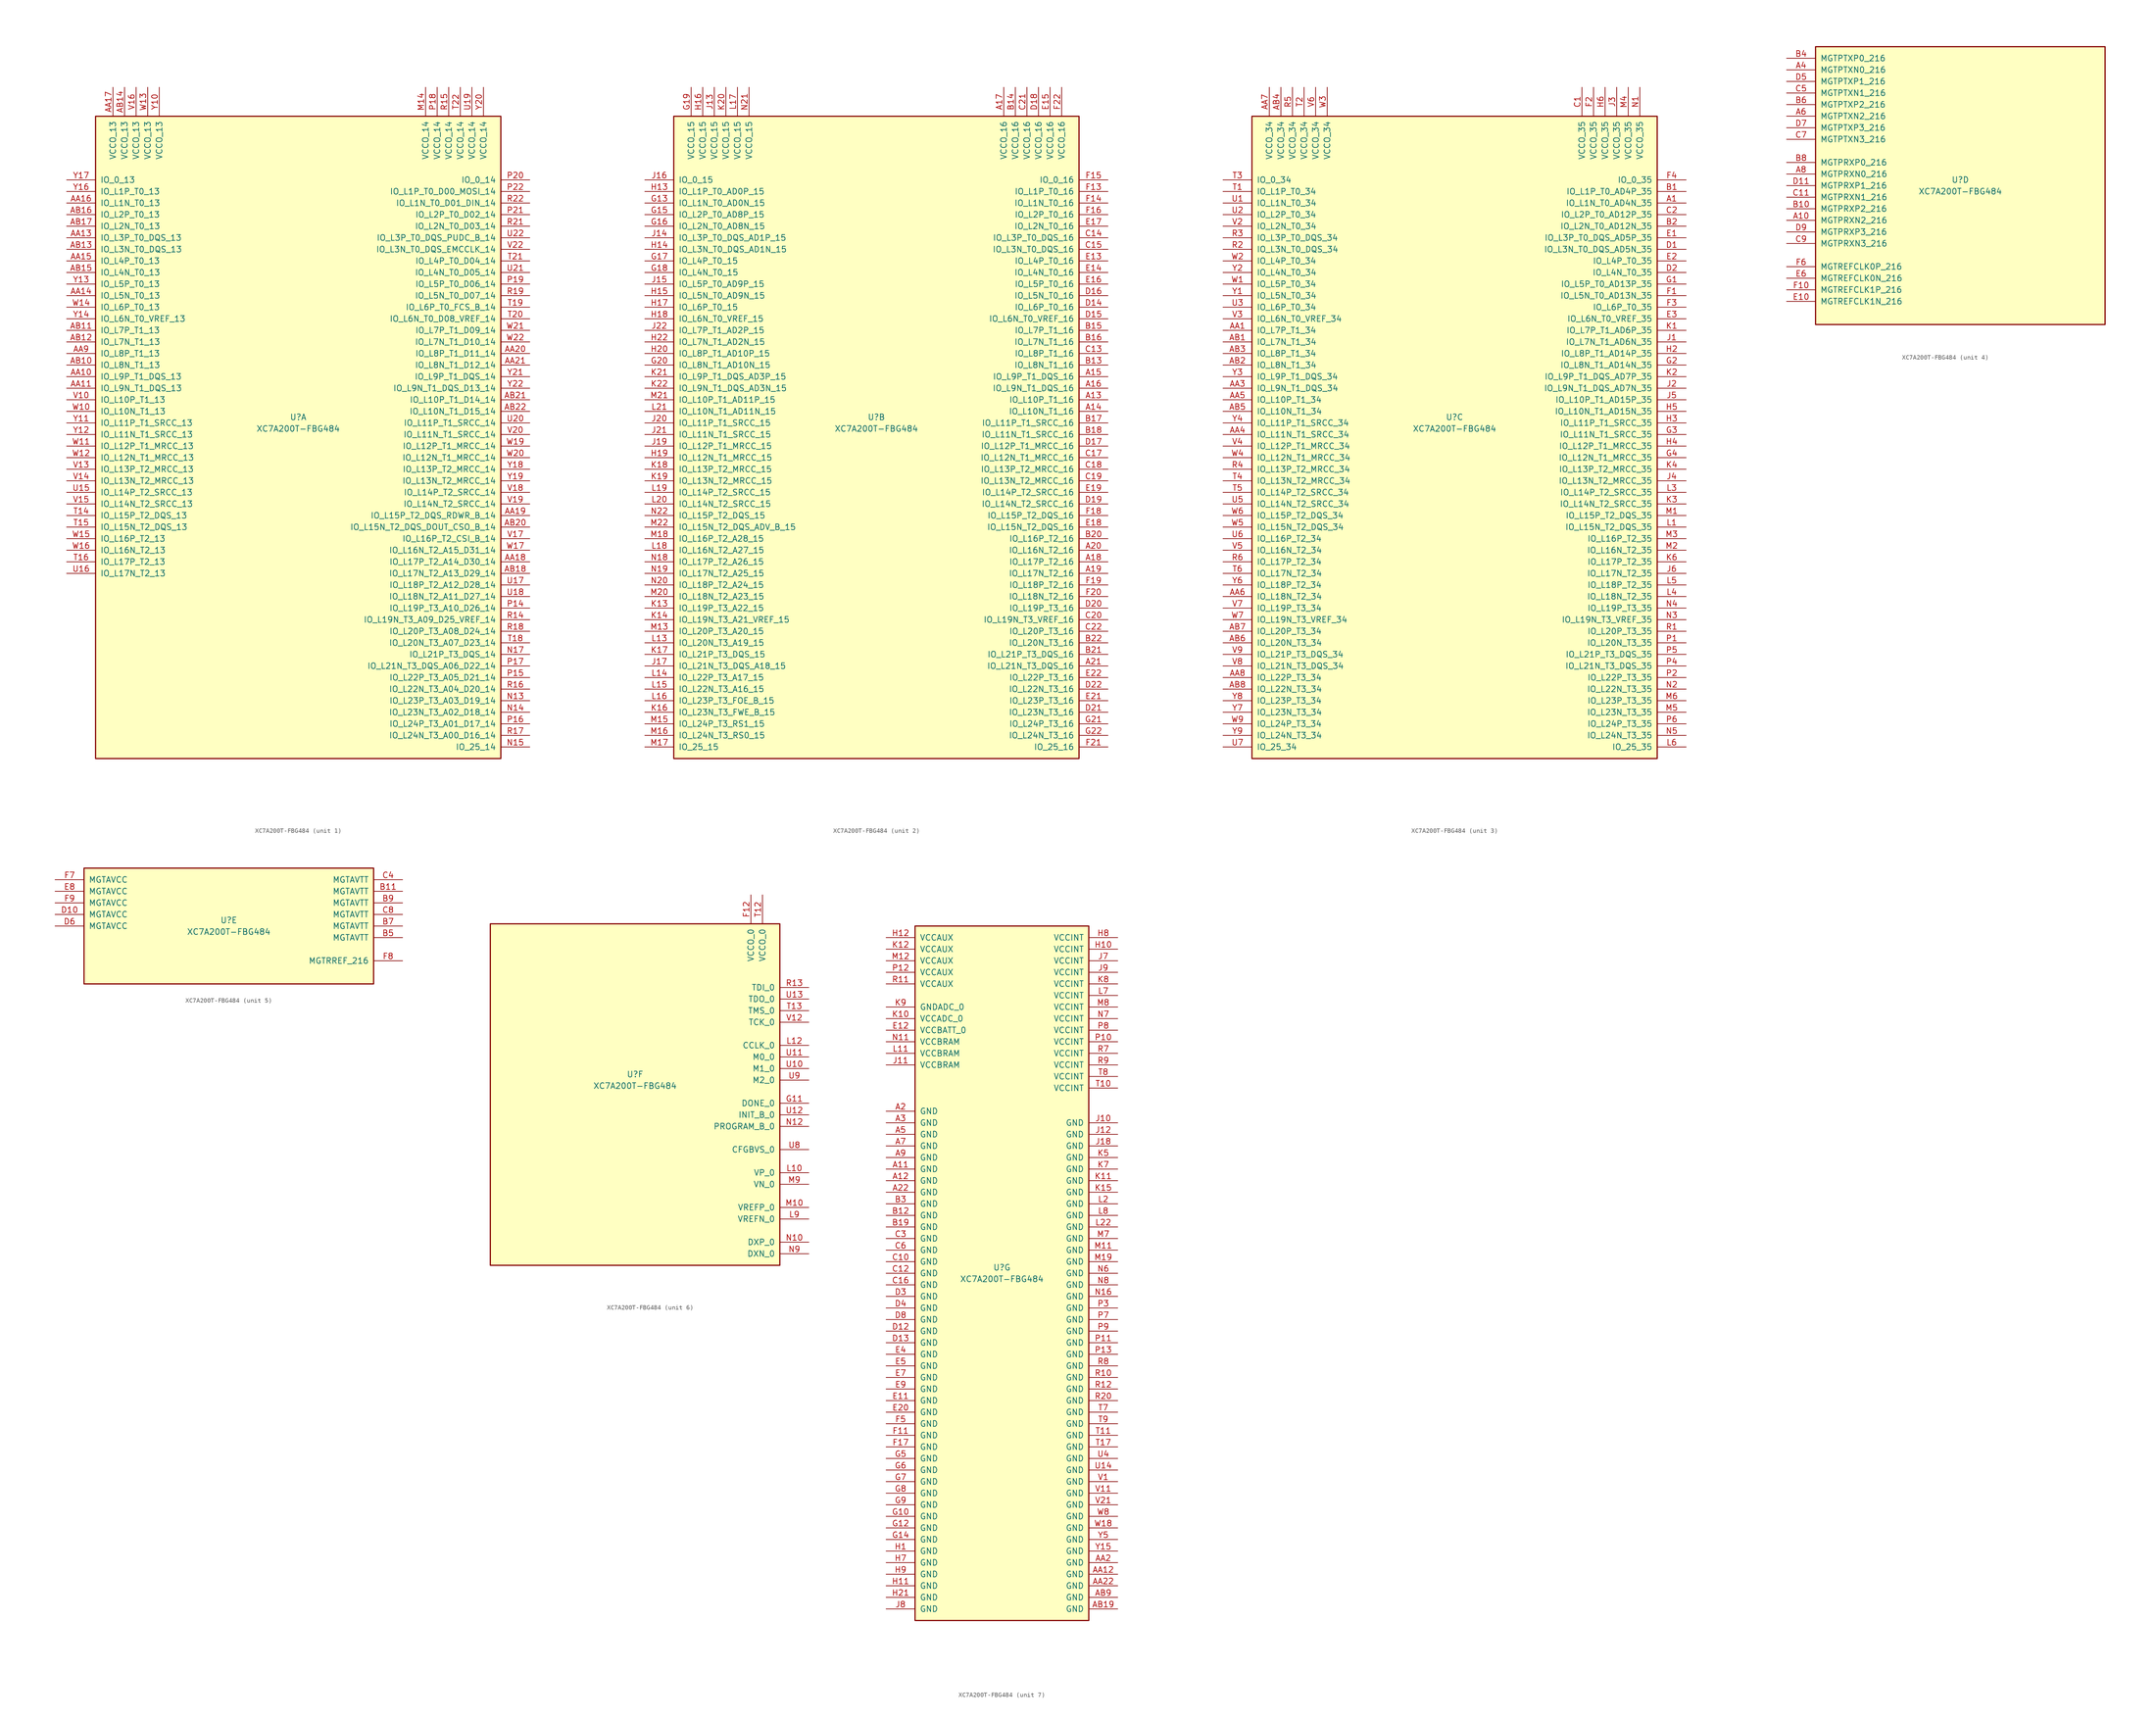
<source format=kicad_sym>
(kicad_symbol_lib
  (version 20201005)
  (generator kicad_symbol_editor)
  (symbol "XC7A200T-FBG484"
    (pin_names
      (offset 1.016))
    (property "Reference" "U"
      (at 0 1.27 0)
      (effects (font (size 1.27 1.27))))
    (property "Value" "XC7A200T-FBG484"
      (at 0 -1.27 0)
      (effects (font (size 1.27 1.27))))
    (property "Datasheet" ""
      (at 0 0 0)
      (effects (font (size 1.27 1.27))))
    (property "ki_locked" ""
      (at 0 0 0)
      (effects (font (size 1.27 1.27))))
    (symbol "XC7A200T-FBG484_1_1"
      (rectangle (start -44.45 67.31) (end 44.45 -73.66) (stroke (width 0.254)) (fill (type background)))
      (pin bidirectional line (at -50.8 10.16 0) (length 6.35) (name "IO_L9P_T1_DQS_13" (effects (font (size 1.27 1.27)))) (number "AA10" (effects (font (size 1.27 1.27)))))
      (pin bidirectional line (at -50.8 7.62 0) (length 6.35) (name "IO_L9N_T1_DQS_13" (effects (font (size 1.27 1.27)))) (number "AA11" (effects (font (size 1.27 1.27)))))
      (pin bidirectional line (at -50.8 40.64 0) (length 6.35) (name "IO_L3P_T0_DQS_13" (effects (font (size 1.27 1.27)))) (number "AA13" (effects (font (size 1.27 1.27)))))
      (pin bidirectional line (at -50.8 27.94 0) (length 6.35) (name "IO_L5N_T0_13" (effects (font (size 1.27 1.27)))) (number "AA14" (effects (font (size 1.27 1.27)))))
      (pin bidirectional line (at -50.8 35.56 0) (length 6.35) (name "IO_L4P_T0_13" (effects (font (size 1.27 1.27)))) (number "AA15" (effects (font (size 1.27 1.27)))))
      (pin bidirectional line (at -50.8 48.26 0) (length 6.35) (name "IO_L1N_T0_13" (effects (font (size 1.27 1.27)))) (number "AA16" (effects (font (size 1.27 1.27)))))
      (pin power_in line (at -40.64 73.66 270) (length 6.35) (name "VCCO_13" (effects (font (size 1.27 1.27)))) (number "AA17" (effects (font (size 1.27 1.27)))))
      (pin bidirectional line (at 50.8 -30.48 180) (length 6.35) (name "IO_L17P_T2_A14_D30_14" (effects (font (size 1.27 1.27)))) (number "AA18" (effects (font (size 1.27 1.27)))))
      (pin bidirectional line (at 50.8 -20.32 180) (length 6.35) (name "IO_L15P_T2_DQS_RDWR_B_14" (effects (font (size 1.27 1.27)))) (number "AA19" (effects (font (size 1.27 1.27)))))
      (pin bidirectional line (at 50.8 15.24 180) (length 6.35) (name "IO_L8P_T1_D11_14" (effects (font (size 1.27 1.27)))) (number "AA20" (effects (font (size 1.27 1.27)))))
      (pin bidirectional line (at 50.8 12.7 180) (length 6.35) (name "IO_L8N_T1_D12_14" (effects (font (size 1.27 1.27)))) (number "AA21" (effects (font (size 1.27 1.27)))))
      (pin bidirectional line (at -50.8 15.24 0) (length 6.35) (name "IO_L8P_T1_13" (effects (font (size 1.27 1.27)))) (number "AA9" (effects (font (size 1.27 1.27)))))
      (pin bidirectional line (at -50.8 12.7 0) (length 6.35) (name "IO_L8N_T1_13" (effects (font (size 1.27 1.27)))) (number "AB10" (effects (font (size 1.27 1.27)))))
      (pin bidirectional line (at -50.8 20.32 0) (length 6.35) (name "IO_L7P_T1_13" (effects (font (size 1.27 1.27)))) (number "AB11" (effects (font (size 1.27 1.27)))))
      (pin bidirectional line (at -50.8 17.78 0) (length 6.35) (name "IO_L7N_T1_13" (effects (font (size 1.27 1.27)))) (number "AB12" (effects (font (size 1.27 1.27)))))
      (pin bidirectional line (at -50.8 38.1 0) (length 6.35) (name "IO_L3N_T0_DQS_13" (effects (font (size 1.27 1.27)))) (number "AB13" (effects (font (size 1.27 1.27)))))
      (pin power_in line (at -38.1 73.66 270) (length 6.35) (name "VCCO_13" (effects (font (size 1.27 1.27)))) (number "AB14" (effects (font (size 1.27 1.27)))))
      (pin bidirectional line (at -50.8 33.02 0) (length 6.35) (name "IO_L4N_T0_13" (effects (font (size 1.27 1.27)))) (number "AB15" (effects (font (size 1.27 1.27)))))
      (pin bidirectional line (at -50.8 45.72 0) (length 6.35) (name "IO_L2P_T0_13" (effects (font (size 1.27 1.27)))) (number "AB16" (effects (font (size 1.27 1.27)))))
      (pin bidirectional line (at -50.8 43.18 0) (length 6.35) (name "IO_L2N_T0_13" (effects (font (size 1.27 1.27)))) (number "AB17" (effects (font (size 1.27 1.27)))))
      (pin bidirectional line (at 50.8 -33.02 180) (length 6.35) (name "IO_L17N_T2_A13_D29_14" (effects (font (size 1.27 1.27)))) (number "AB18" (effects (font (size 1.27 1.27)))))
      (pin bidirectional line (at 50.8 -22.86 180) (length 6.35) (name "IO_L15N_T2_DQS_DOUT_CSO_B_14" (effects (font (size 1.27 1.27)))) (number "AB20" (effects (font (size 1.27 1.27)))))
      (pin bidirectional line (at 50.8 5.08 180) (length 6.35) (name "IO_L10P_T1_D14_14" (effects (font (size 1.27 1.27)))) (number "AB21" (effects (font (size 1.27 1.27)))))
      (pin bidirectional line (at 50.8 2.54 180) (length 6.35) (name "IO_L10N_T1_D15_14" (effects (font (size 1.27 1.27)))) (number "AB22" (effects (font (size 1.27 1.27)))))
      (pin power_in line (at 27.94 73.66 270) (length 6.35) (name "VCCO_14" (effects (font (size 1.27 1.27)))) (number "M14" (effects (font (size 1.27 1.27)))))
      (pin bidirectional line (at 50.8 -60.96 180) (length 6.35) (name "IO_L23P_T3_A03_D19_14" (effects (font (size 1.27 1.27)))) (number "N13" (effects (font (size 1.27 1.27)))))
      (pin bidirectional line (at 50.8 -63.5 180) (length 6.35) (name "IO_L23N_T3_A02_D18_14" (effects (font (size 1.27 1.27)))) (number "N14" (effects (font (size 1.27 1.27)))))
      (pin bidirectional line (at 50.8 -71.12 180) (length 6.35) (name "IO_25_14" (effects (font (size 1.27 1.27)))) (number "N15" (effects (font (size 1.27 1.27)))))
      (pin bidirectional line (at 50.8 -50.8 180) (length 6.35) (name "IO_L21P_T3_DQS_14" (effects (font (size 1.27 1.27)))) (number "N17" (effects (font (size 1.27 1.27)))))
      (pin bidirectional line (at 50.8 -40.64 180) (length 6.35) (name "IO_L19P_T3_A10_D26_14" (effects (font (size 1.27 1.27)))) (number "P14" (effects (font (size 1.27 1.27)))))
      (pin bidirectional line (at 50.8 -55.88 180) (length 6.35) (name "IO_L22P_T3_A05_D21_14" (effects (font (size 1.27 1.27)))) (number "P15" (effects (font (size 1.27 1.27)))))
      (pin bidirectional line (at 50.8 -66.04 180) (length 6.35) (name "IO_L24P_T3_A01_D17_14" (effects (font (size 1.27 1.27)))) (number "P16" (effects (font (size 1.27 1.27)))))
      (pin bidirectional line (at 50.8 -53.34 180) (length 6.35) (name "IO_L21N_T3_DQS_A06_D22_14" (effects (font (size 1.27 1.27)))) (number "P17" (effects (font (size 1.27 1.27)))))
      (pin power_in line (at 30.48 73.66 270) (length 6.35) (name "VCCO_14" (effects (font (size 1.27 1.27)))) (number "P18" (effects (font (size 1.27 1.27)))))
      (pin bidirectional line (at 50.8 30.48 180) (length 6.35) (name "IO_L5P_T0_D06_14" (effects (font (size 1.27 1.27)))) (number "P19" (effects (font (size 1.27 1.27)))))
      (pin bidirectional line (at 50.8 53.34 180) (length 6.35) (name "IO_0_14" (effects (font (size 1.27 1.27)))) (number "P20" (effects (font (size 1.27 1.27)))))
      (pin bidirectional line (at 50.8 45.72 180) (length 6.35) (name "IO_L2P_T0_D02_14" (effects (font (size 1.27 1.27)))) (number "P21" (effects (font (size 1.27 1.27)))))
      (pin bidirectional line (at 50.8 50.8 180) (length 6.35) (name "IO_L1P_T0_D00_MOSI_14" (effects (font (size 1.27 1.27)))) (number "P22" (effects (font (size 1.27 1.27)))))
      (pin bidirectional line (at 50.8 -43.18 180) (length 6.35) (name "IO_L19N_T3_A09_D25_VREF_14" (effects (font (size 1.27 1.27)))) (number "R14" (effects (font (size 1.27 1.27)))))
      (pin power_in line (at 33.02 73.66 270) (length 6.35) (name "VCCO_14" (effects (font (size 1.27 1.27)))) (number "R15" (effects (font (size 1.27 1.27)))))
      (pin bidirectional line (at 50.8 -58.42 180) (length 6.35) (name "IO_L22N_T3_A04_D20_14" (effects (font (size 1.27 1.27)))) (number "R16" (effects (font (size 1.27 1.27)))))
      (pin bidirectional line (at 50.8 -68.58 180) (length 6.35) (name "IO_L24N_T3_A00_D16_14" (effects (font (size 1.27 1.27)))) (number "R17" (effects (font (size 1.27 1.27)))))
      (pin bidirectional line (at 50.8 -45.72 180) (length 6.35) (name "IO_L20P_T3_A08_D24_14" (effects (font (size 1.27 1.27)))) (number "R18" (effects (font (size 1.27 1.27)))))
      (pin bidirectional line (at 50.8 27.94 180) (length 6.35) (name "IO_L5N_T0_D07_14" (effects (font (size 1.27 1.27)))) (number "R19" (effects (font (size 1.27 1.27)))))
      (pin bidirectional line (at 50.8 43.18 180) (length 6.35) (name "IO_L2N_T0_D03_14" (effects (font (size 1.27 1.27)))) (number "R21" (effects (font (size 1.27 1.27)))))
      (pin bidirectional line (at 50.8 48.26 180) (length 6.35) (name "IO_L1N_T0_D01_DIN_14" (effects (font (size 1.27 1.27)))) (number "R22" (effects (font (size 1.27 1.27)))))
      (pin bidirectional line (at -50.8 -20.32 0) (length 6.35) (name "IO_L15P_T2_DQS_13" (effects (font (size 1.27 1.27)))) (number "T14" (effects (font (size 1.27 1.27)))))
      (pin bidirectional line (at -50.8 -22.86 0) (length 6.35) (name "IO_L15N_T2_DQS_13" (effects (font (size 1.27 1.27)))) (number "T15" (effects (font (size 1.27 1.27)))))
      (pin bidirectional line (at -50.8 -30.48 0) (length 6.35) (name "IO_L17P_T2_13" (effects (font (size 1.27 1.27)))) (number "T16" (effects (font (size 1.27 1.27)))))
      (pin bidirectional line (at 50.8 -48.26 180) (length 6.35) (name "IO_L20N_T3_A07_D23_14" (effects (font (size 1.27 1.27)))) (number "T18" (effects (font (size 1.27 1.27)))))
      (pin bidirectional line (at 50.8 25.4 180) (length 6.35) (name "IO_L6P_T0_FCS_B_14" (effects (font (size 1.27 1.27)))) (number "T19" (effects (font (size 1.27 1.27)))))
      (pin bidirectional line (at 50.8 22.86 180) (length 6.35) (name "IO_L6N_T0_D08_VREF_14" (effects (font (size 1.27 1.27)))) (number "T20" (effects (font (size 1.27 1.27)))))
      (pin bidirectional line (at 50.8 35.56 180) (length 6.35) (name "IO_L4P_T0_D04_14" (effects (font (size 1.27 1.27)))) (number "T21" (effects (font (size 1.27 1.27)))))
      (pin power_in line (at 35.56 73.66 270) (length 6.35) (name "VCCO_14" (effects (font (size 1.27 1.27)))) (number "T22" (effects (font (size 1.27 1.27)))))
      (pin bidirectional line (at -50.8 -15.24 0) (length 6.35) (name "IO_L14P_T2_SRCC_13" (effects (font (size 1.27 1.27)))) (number "U15" (effects (font (size 1.27 1.27)))))
      (pin bidirectional line (at -50.8 -33.02 0) (length 6.35) (name "IO_L17N_T2_13" (effects (font (size 1.27 1.27)))) (number "U16" (effects (font (size 1.27 1.27)))))
      (pin bidirectional line (at 50.8 -35.56 180) (length 6.35) (name "IO_L18P_T2_A12_D28_14" (effects (font (size 1.27 1.27)))) (number "U17" (effects (font (size 1.27 1.27)))))
      (pin bidirectional line (at 50.8 -38.1 180) (length 6.35) (name "IO_L18N_T2_A11_D27_14" (effects (font (size 1.27 1.27)))) (number "U18" (effects (font (size 1.27 1.27)))))
      (pin power_in line (at 38.1 73.66 270) (length 6.35) (name "VCCO_14" (effects (font (size 1.27 1.27)))) (number "U19" (effects (font (size 1.27 1.27)))))
      (pin bidirectional line (at 50.8 0 180) (length 6.35) (name "IO_L11P_T1_SRCC_14" (effects (font (size 1.27 1.27)))) (number "U20" (effects (font (size 1.27 1.27)))))
      (pin bidirectional line (at 50.8 33.02 180) (length 6.35) (name "IO_L4N_T0_D05_14" (effects (font (size 1.27 1.27)))) (number "U21" (effects (font (size 1.27 1.27)))))
      (pin bidirectional line (at 50.8 40.64 180) (length 6.35) (name "IO_L3P_T0_DQS_PUDC_B_14" (effects (font (size 1.27 1.27)))) (number "U22" (effects (font (size 1.27 1.27)))))
      (pin bidirectional line (at -50.8 5.08 0) (length 6.35) (name "IO_L10P_T1_13" (effects (font (size 1.27 1.27)))) (number "V10" (effects (font (size 1.27 1.27)))))
      (pin bidirectional line (at -50.8 -10.16 0) (length 6.35) (name "IO_L13P_T2_MRCC_13" (effects (font (size 1.27 1.27)))) (number "V13" (effects (font (size 1.27 1.27)))))
      (pin bidirectional line (at -50.8 -12.7 0) (length 6.35) (name "IO_L13N_T2_MRCC_13" (effects (font (size 1.27 1.27)))) (number "V14" (effects (font (size 1.27 1.27)))))
      (pin bidirectional line (at -50.8 -17.78 0) (length 6.35) (name "IO_L14N_T2_SRCC_13" (effects (font (size 1.27 1.27)))) (number "V15" (effects (font (size 1.27 1.27)))))
      (pin power_in line (at -35.56 73.66 270) (length 6.35) (name "VCCO_13" (effects (font (size 1.27 1.27)))) (number "V16" (effects (font (size 1.27 1.27)))))
      (pin bidirectional line (at 50.8 -25.4 180) (length 6.35) (name "IO_L16P_T2_CSI_B_14" (effects (font (size 1.27 1.27)))) (number "V17" (effects (font (size 1.27 1.27)))))
      (pin bidirectional line (at 50.8 -15.24 180) (length 6.35) (name "IO_L14P_T2_SRCC_14" (effects (font (size 1.27 1.27)))) (number "V18" (effects (font (size 1.27 1.27)))))
      (pin bidirectional line (at 50.8 -17.78 180) (length 6.35) (name "IO_L14N_T2_SRCC_14" (effects (font (size 1.27 1.27)))) (number "V19" (effects (font (size 1.27 1.27)))))
      (pin bidirectional line (at 50.8 -2.54 180) (length 6.35) (name "IO_L11N_T1_SRCC_14" (effects (font (size 1.27 1.27)))) (number "V20" (effects (font (size 1.27 1.27)))))
      (pin bidirectional line (at 50.8 38.1 180) (length 6.35) (name "IO_L3N_T0_DQS_EMCCLK_14" (effects (font (size 1.27 1.27)))) (number "V22" (effects (font (size 1.27 1.27)))))
      (pin bidirectional line (at -50.8 2.54 0) (length 6.35) (name "IO_L10N_T1_13" (effects (font (size 1.27 1.27)))) (number "W10" (effects (font (size 1.27 1.27)))))
      (pin bidirectional line (at -50.8 -5.08 0) (length 6.35) (name "IO_L12P_T1_MRCC_13" (effects (font (size 1.27 1.27)))) (number "W11" (effects (font (size 1.27 1.27)))))
      (pin bidirectional line (at -50.8 -7.62 0) (length 6.35) (name "IO_L12N_T1_MRCC_13" (effects (font (size 1.27 1.27)))) (number "W12" (effects (font (size 1.27 1.27)))))
      (pin power_in line (at -33.02 73.66 270) (length 6.35) (name "VCCO_13" (effects (font (size 1.27 1.27)))) (number "W13" (effects (font (size 1.27 1.27)))))
      (pin bidirectional line (at -50.8 25.4 0) (length 6.35) (name "IO_L6P_T0_13" (effects (font (size 1.27 1.27)))) (number "W14" (effects (font (size 1.27 1.27)))))
      (pin bidirectional line (at -50.8 -25.4 0) (length 6.35) (name "IO_L16P_T2_13" (effects (font (size 1.27 1.27)))) (number "W15" (effects (font (size 1.27 1.27)))))
      (pin bidirectional line (at -50.8 -27.94 0) (length 6.35) (name "IO_L16N_T2_13" (effects (font (size 1.27 1.27)))) (number "W16" (effects (font (size 1.27 1.27)))))
      (pin bidirectional line (at 50.8 -27.94 180) (length 6.35) (name "IO_L16N_T2_A15_D31_14" (effects (font (size 1.27 1.27)))) (number "W17" (effects (font (size 1.27 1.27)))))
      (pin bidirectional line (at 50.8 -5.08 180) (length 6.35) (name "IO_L12P_T1_MRCC_14" (effects (font (size 1.27 1.27)))) (number "W19" (effects (font (size 1.27 1.27)))))
      (pin bidirectional line (at 50.8 -7.62 180) (length 6.35) (name "IO_L12N_T1_MRCC_14" (effects (font (size 1.27 1.27)))) (number "W20" (effects (font (size 1.27 1.27)))))
      (pin bidirectional line (at 50.8 20.32 180) (length 6.35) (name "IO_L7P_T1_D09_14" (effects (font (size 1.27 1.27)))) (number "W21" (effects (font (size 1.27 1.27)))))
      (pin bidirectional line (at 50.8 17.78 180) (length 6.35) (name "IO_L7N_T1_D10_14" (effects (font (size 1.27 1.27)))) (number "W22" (effects (font (size 1.27 1.27)))))
      (pin power_in line (at -30.48 73.66 270) (length 6.35) (name "VCCO_13" (effects (font (size 1.27 1.27)))) (number "Y10" (effects (font (size 1.27 1.27)))))
      (pin bidirectional line (at -50.8 0 0) (length 6.35) (name "IO_L11P_T1_SRCC_13" (effects (font (size 1.27 1.27)))) (number "Y11" (effects (font (size 1.27 1.27)))))
      (pin bidirectional line (at -50.8 -2.54 0) (length 6.35) (name "IO_L11N_T1_SRCC_13" (effects (font (size 1.27 1.27)))) (number "Y12" (effects (font (size 1.27 1.27)))))
      (pin bidirectional line (at -50.8 30.48 0) (length 6.35) (name "IO_L5P_T0_13" (effects (font (size 1.27 1.27)))) (number "Y13" (effects (font (size 1.27 1.27)))))
      (pin bidirectional line (at -50.8 22.86 0) (length 6.35) (name "IO_L6N_T0_VREF_13" (effects (font (size 1.27 1.27)))) (number "Y14" (effects (font (size 1.27 1.27)))))
      (pin bidirectional line (at -50.8 50.8 0) (length 6.35) (name "IO_L1P_T0_13" (effects (font (size 1.27 1.27)))) (number "Y16" (effects (font (size 1.27 1.27)))))
      (pin bidirectional line (at -50.8 53.34 0) (length 6.35) (name "IO_0_13" (effects (font (size 1.27 1.27)))) (number "Y17" (effects (font (size 1.27 1.27)))))
      (pin bidirectional line (at 50.8 -10.16 180) (length 6.35) (name "IO_L13P_T2_MRCC_14" (effects (font (size 1.27 1.27)))) (number "Y18" (effects (font (size 1.27 1.27)))))
      (pin bidirectional line (at 50.8 -12.7 180) (length 6.35) (name "IO_L13N_T2_MRCC_14" (effects (font (size 1.27 1.27)))) (number "Y19" (effects (font (size 1.27 1.27)))))
      (pin power_in line (at 40.64 73.66 270) (length 6.35) (name "VCCO_14" (effects (font (size 1.27 1.27)))) (number "Y20" (effects (font (size 1.27 1.27)))))
      (pin bidirectional line (at 50.8 10.16 180) (length 6.35) (name "IO_L9P_T1_DQS_14" (effects (font (size 1.27 1.27)))) (number "Y21" (effects (font (size 1.27 1.27)))))
      (pin bidirectional line (at 50.8 7.62 180) (length 6.35) (name "IO_L9N_T1_DQS_D13_14" (effects (font (size 1.27 1.27)))) (number "Y22" (effects (font (size 1.27 1.27))))))
    (symbol "XC7A200T-FBG484_2_1"
      (rectangle (start -44.45 67.31) (end 44.45 -73.66) (stroke (width 0.254)) (fill (type background)))
      (pin bidirectional line (at 50.8 5.08 180) (length 6.35) (name "IO_L10P_T1_16" (effects (font (size 1.27 1.27)))) (number "A13" (effects (font (size 1.27 1.27)))))
      (pin bidirectional line (at 50.8 2.54 180) (length 6.35) (name "IO_L10N_T1_16" (effects (font (size 1.27 1.27)))) (number "A14" (effects (font (size 1.27 1.27)))))
      (pin bidirectional line (at 50.8 10.16 180) (length 6.35) (name "IO_L9P_T1_DQS_16" (effects (font (size 1.27 1.27)))) (number "A15" (effects (font (size 1.27 1.27)))))
      (pin bidirectional line (at 50.8 7.62 180) (length 6.35) (name "IO_L9N_T1_DQS_16" (effects (font (size 1.27 1.27)))) (number "A16" (effects (font (size 1.27 1.27)))))
      (pin power_in line (at 27.94 73.66 270) (length 6.35) (name "VCCO_16" (effects (font (size 1.27 1.27)))) (number "A17" (effects (font (size 1.27 1.27)))))
      (pin bidirectional line (at 50.8 -30.48 180) (length 6.35) (name "IO_L17P_T2_16" (effects (font (size 1.27 1.27)))) (number "A18" (effects (font (size 1.27 1.27)))))
      (pin bidirectional line (at 50.8 -33.02 180) (length 6.35) (name "IO_L17N_T2_16" (effects (font (size 1.27 1.27)))) (number "A19" (effects (font (size 1.27 1.27)))))
      (pin bidirectional line (at 50.8 -27.94 180) (length 6.35) (name "IO_L16N_T2_16" (effects (font (size 1.27 1.27)))) (number "A20" (effects (font (size 1.27 1.27)))))
      (pin bidirectional line (at 50.8 -53.34 180) (length 6.35) (name "IO_L21N_T3_DQS_16" (effects (font (size 1.27 1.27)))) (number "A21" (effects (font (size 1.27 1.27)))))
      (pin bidirectional line (at 50.8 12.7 180) (length 6.35) (name "IO_L8N_T1_16" (effects (font (size 1.27 1.27)))) (number "B13" (effects (font (size 1.27 1.27)))))
      (pin power_in line (at 30.48 73.66 270) (length 6.35) (name "VCCO_16" (effects (font (size 1.27 1.27)))) (number "B14" (effects (font (size 1.27 1.27)))))
      (pin bidirectional line (at 50.8 20.32 180) (length 6.35) (name "IO_L7P_T1_16" (effects (font (size 1.27 1.27)))) (number "B15" (effects (font (size 1.27 1.27)))))
      (pin bidirectional line (at 50.8 17.78 180) (length 6.35) (name "IO_L7N_T1_16" (effects (font (size 1.27 1.27)))) (number "B16" (effects (font (size 1.27 1.27)))))
      (pin bidirectional line (at 50.8 0 180) (length 6.35) (name "IO_L11P_T1_SRCC_16" (effects (font (size 1.27 1.27)))) (number "B17" (effects (font (size 1.27 1.27)))))
      (pin bidirectional line (at 50.8 -2.54 180) (length 6.35) (name "IO_L11N_T1_SRCC_16" (effects (font (size 1.27 1.27)))) (number "B18" (effects (font (size 1.27 1.27)))))
      (pin bidirectional line (at 50.8 -25.4 180) (length 6.35) (name "IO_L16P_T2_16" (effects (font (size 1.27 1.27)))) (number "B20" (effects (font (size 1.27 1.27)))))
      (pin bidirectional line (at 50.8 -50.8 180) (length 6.35) (name "IO_L21P_T3_DQS_16" (effects (font (size 1.27 1.27)))) (number "B21" (effects (font (size 1.27 1.27)))))
      (pin bidirectional line (at 50.8 -48.26 180) (length 6.35) (name "IO_L20N_T3_16" (effects (font (size 1.27 1.27)))) (number "B22" (effects (font (size 1.27 1.27)))))
      (pin bidirectional line (at 50.8 15.24 180) (length 6.35) (name "IO_L8P_T1_16" (effects (font (size 1.27 1.27)))) (number "C13" (effects (font (size 1.27 1.27)))))
      (pin bidirectional line (at 50.8 40.64 180) (length 6.35) (name "IO_L3P_T0_DQS_16" (effects (font (size 1.27 1.27)))) (number "C14" (effects (font (size 1.27 1.27)))))
      (pin bidirectional line (at 50.8 38.1 180) (length 6.35) (name "IO_L3N_T0_DQS_16" (effects (font (size 1.27 1.27)))) (number "C15" (effects (font (size 1.27 1.27)))))
      (pin bidirectional line (at 50.8 -7.62 180) (length 6.35) (name "IO_L12N_T1_MRCC_16" (effects (font (size 1.27 1.27)))) (number "C17" (effects (font (size 1.27 1.27)))))
      (pin bidirectional line (at 50.8 -10.16 180) (length 6.35) (name "IO_L13P_T2_MRCC_16" (effects (font (size 1.27 1.27)))) (number "C18" (effects (font (size 1.27 1.27)))))
      (pin bidirectional line (at 50.8 -12.7 180) (length 6.35) (name "IO_L13N_T2_MRCC_16" (effects (font (size 1.27 1.27)))) (number "C19" (effects (font (size 1.27 1.27)))))
      (pin bidirectional line (at 50.8 -43.18 180) (length 6.35) (name "IO_L19N_T3_VREF_16" (effects (font (size 1.27 1.27)))) (number "C20" (effects (font (size 1.27 1.27)))))
      (pin power_in line (at 33.02 73.66 270) (length 6.35) (name "VCCO_16" (effects (font (size 1.27 1.27)))) (number "C21" (effects (font (size 1.27 1.27)))))
      (pin bidirectional line (at 50.8 -45.72 180) (length 6.35) (name "IO_L20P_T3_16" (effects (font (size 1.27 1.27)))) (number "C22" (effects (font (size 1.27 1.27)))))
      (pin bidirectional line (at 50.8 25.4 180) (length 6.35) (name "IO_L6P_T0_16" (effects (font (size 1.27 1.27)))) (number "D14" (effects (font (size 1.27 1.27)))))
      (pin bidirectional line (at 50.8 22.86 180) (length 6.35) (name "IO_L6N_T0_VREF_16" (effects (font (size 1.27 1.27)))) (number "D15" (effects (font (size 1.27 1.27)))))
      (pin bidirectional line (at 50.8 27.94 180) (length 6.35) (name "IO_L5N_T0_16" (effects (font (size 1.27 1.27)))) (number "D16" (effects (font (size 1.27 1.27)))))
      (pin bidirectional line (at 50.8 -5.08 180) (length 6.35) (name "IO_L12P_T1_MRCC_16" (effects (font (size 1.27 1.27)))) (number "D17" (effects (font (size 1.27 1.27)))))
      (pin power_in line (at 35.56 73.66 270) (length 6.35) (name "VCCO_16" (effects (font (size 1.27 1.27)))) (number "D18" (effects (font (size 1.27 1.27)))))
      (pin bidirectional line (at 50.8 -17.78 180) (length 6.35) (name "IO_L14N_T2_SRCC_16" (effects (font (size 1.27 1.27)))) (number "D19" (effects (font (size 1.27 1.27)))))
      (pin bidirectional line (at 50.8 -40.64 180) (length 6.35) (name "IO_L19P_T3_16" (effects (font (size 1.27 1.27)))) (number "D20" (effects (font (size 1.27 1.27)))))
      (pin bidirectional line (at 50.8 -63.5 180) (length 6.35) (name "IO_L23N_T3_16" (effects (font (size 1.27 1.27)))) (number "D21" (effects (font (size 1.27 1.27)))))
      (pin bidirectional line (at 50.8 -58.42 180) (length 6.35) (name "IO_L22N_T3_16" (effects (font (size 1.27 1.27)))) (number "D22" (effects (font (size 1.27 1.27)))))
      (pin bidirectional line (at 50.8 35.56 180) (length 6.35) (name "IO_L4P_T0_16" (effects (font (size 1.27 1.27)))) (number "E13" (effects (font (size 1.27 1.27)))))
      (pin bidirectional line (at 50.8 33.02 180) (length 6.35) (name "IO_L4N_T0_16" (effects (font (size 1.27 1.27)))) (number "E14" (effects (font (size 1.27 1.27)))))
      (pin power_in line (at 38.1 73.66 270) (length 6.35) (name "VCCO_16" (effects (font (size 1.27 1.27)))) (number "E15" (effects (font (size 1.27 1.27)))))
      (pin bidirectional line (at 50.8 30.48 180) (length 6.35) (name "IO_L5P_T0_16" (effects (font (size 1.27 1.27)))) (number "E16" (effects (font (size 1.27 1.27)))))
      (pin bidirectional line (at 50.8 43.18 180) (length 6.35) (name "IO_L2N_T0_16" (effects (font (size 1.27 1.27)))) (number "E17" (effects (font (size 1.27 1.27)))))
      (pin bidirectional line (at 50.8 -22.86 180) (length 6.35) (name "IO_L15N_T2_DQS_16" (effects (font (size 1.27 1.27)))) (number "E18" (effects (font (size 1.27 1.27)))))
      (pin bidirectional line (at 50.8 -15.24 180) (length 6.35) (name "IO_L14P_T2_SRCC_16" (effects (font (size 1.27 1.27)))) (number "E19" (effects (font (size 1.27 1.27)))))
      (pin bidirectional line (at 50.8 -60.96 180) (length 6.35) (name "IO_L23P_T3_16" (effects (font (size 1.27 1.27)))) (number "E21" (effects (font (size 1.27 1.27)))))
      (pin bidirectional line (at 50.8 -55.88 180) (length 6.35) (name "IO_L22P_T3_16" (effects (font (size 1.27 1.27)))) (number "E22" (effects (font (size 1.27 1.27)))))
      (pin bidirectional line (at 50.8 50.8 180) (length 6.35) (name "IO_L1P_T0_16" (effects (font (size 1.27 1.27)))) (number "F13" (effects (font (size 1.27 1.27)))))
      (pin bidirectional line (at 50.8 48.26 180) (length 6.35) (name "IO_L1N_T0_16" (effects (font (size 1.27 1.27)))) (number "F14" (effects (font (size 1.27 1.27)))))
      (pin bidirectional line (at 50.8 53.34 180) (length 6.35) (name "IO_0_16" (effects (font (size 1.27 1.27)))) (number "F15" (effects (font (size 1.27 1.27)))))
      (pin bidirectional line (at 50.8 45.72 180) (length 6.35) (name "IO_L2P_T0_16" (effects (font (size 1.27 1.27)))) (number "F16" (effects (font (size 1.27 1.27)))))
      (pin bidirectional line (at 50.8 -20.32 180) (length 6.35) (name "IO_L15P_T2_DQS_16" (effects (font (size 1.27 1.27)))) (number "F18" (effects (font (size 1.27 1.27)))))
      (pin bidirectional line (at 50.8 -35.56 180) (length 6.35) (name "IO_L18P_T2_16" (effects (font (size 1.27 1.27)))) (number "F19" (effects (font (size 1.27 1.27)))))
      (pin bidirectional line (at 50.8 -38.1 180) (length 6.35) (name "IO_L18N_T2_16" (effects (font (size 1.27 1.27)))) (number "F20" (effects (font (size 1.27 1.27)))))
      (pin bidirectional line (at 50.8 -71.12 180) (length 6.35) (name "IO_25_16" (effects (font (size 1.27 1.27)))) (number "F21" (effects (font (size 1.27 1.27)))))
      (pin power_in line (at 40.64 73.66 270) (length 6.35) (name "VCCO_16" (effects (font (size 1.27 1.27)))) (number "F22" (effects (font (size 1.27 1.27)))))
      (pin bidirectional line (at -50.8 48.26 0) (length 6.35) (name "IO_L1N_T0_AD0N_15" (effects (font (size 1.27 1.27)))) (number "G13" (effects (font (size 1.27 1.27)))))
      (pin bidirectional line (at -50.8 45.72 0) (length 6.35) (name "IO_L2P_T0_AD8P_15" (effects (font (size 1.27 1.27)))) (number "G15" (effects (font (size 1.27 1.27)))))
      (pin bidirectional line (at -50.8 43.18 0) (length 6.35) (name "IO_L2N_T0_AD8N_15" (effects (font (size 1.27 1.27)))) (number "G16" (effects (font (size 1.27 1.27)))))
      (pin bidirectional line (at -50.8 35.56 0) (length 6.35) (name "IO_L4P_T0_15" (effects (font (size 1.27 1.27)))) (number "G17" (effects (font (size 1.27 1.27)))))
      (pin bidirectional line (at -50.8 33.02 0) (length 6.35) (name "IO_L4N_T0_15" (effects (font (size 1.27 1.27)))) (number "G18" (effects (font (size 1.27 1.27)))))
      (pin power_in line (at -40.64 73.66 270) (length 6.35) (name "VCCO_15" (effects (font (size 1.27 1.27)))) (number "G19" (effects (font (size 1.27 1.27)))))
      (pin bidirectional line (at -50.8 12.7 0) (length 6.35) (name "IO_L8N_T1_AD10N_15" (effects (font (size 1.27 1.27)))) (number "G20" (effects (font (size 1.27 1.27)))))
      (pin bidirectional line (at 50.8 -66.04 180) (length 6.35) (name "IO_L24P_T3_16" (effects (font (size 1.27 1.27)))) (number "G21" (effects (font (size 1.27 1.27)))))
      (pin bidirectional line (at 50.8 -68.58 180) (length 6.35) (name "IO_L24N_T3_16" (effects (font (size 1.27 1.27)))) (number "G22" (effects (font (size 1.27 1.27)))))
      (pin bidirectional line (at -50.8 50.8 0) (length 6.35) (name "IO_L1P_T0_AD0P_15" (effects (font (size 1.27 1.27)))) (number "H13" (effects (font (size 1.27 1.27)))))
      (pin bidirectional line (at -50.8 38.1 0) (length 6.35) (name "IO_L3N_T0_DQS_AD1N_15" (effects (font (size 1.27 1.27)))) (number "H14" (effects (font (size 1.27 1.27)))))
      (pin bidirectional line (at -50.8 27.94 0) (length 6.35) (name "IO_L5N_T0_AD9N_15" (effects (font (size 1.27 1.27)))) (number "H15" (effects (font (size 1.27 1.27)))))
      (pin power_in line (at -38.1 73.66 270) (length 6.35) (name "VCCO_15" (effects (font (size 1.27 1.27)))) (number "H16" (effects (font (size 1.27 1.27)))))
      (pin bidirectional line (at -50.8 25.4 0) (length 6.35) (name "IO_L6P_T0_15" (effects (font (size 1.27 1.27)))) (number "H17" (effects (font (size 1.27 1.27)))))
      (pin bidirectional line (at -50.8 22.86 0) (length 6.35) (name "IO_L6N_T0_VREF_15" (effects (font (size 1.27 1.27)))) (number "H18" (effects (font (size 1.27 1.27)))))
      (pin bidirectional line (at -50.8 -7.62 0) (length 6.35) (name "IO_L12N_T1_MRCC_15" (effects (font (size 1.27 1.27)))) (number "H19" (effects (font (size 1.27 1.27)))))
      (pin bidirectional line (at -50.8 15.24 0) (length 6.35) (name "IO_L8P_T1_AD10P_15" (effects (font (size 1.27 1.27)))) (number "H20" (effects (font (size 1.27 1.27)))))
      (pin bidirectional line (at -50.8 17.78 0) (length 6.35) (name "IO_L7N_T1_AD2N_15" (effects (font (size 1.27 1.27)))) (number "H22" (effects (font (size 1.27 1.27)))))
      (pin power_in line (at -35.56 73.66 270) (length 6.35) (name "VCCO_15" (effects (font (size 1.27 1.27)))) (number "J13" (effects (font (size 1.27 1.27)))))
      (pin bidirectional line (at -50.8 40.64 0) (length 6.35) (name "IO_L3P_T0_DQS_AD1P_15" (effects (font (size 1.27 1.27)))) (number "J14" (effects (font (size 1.27 1.27)))))
      (pin bidirectional line (at -50.8 30.48 0) (length 6.35) (name "IO_L5P_T0_AD9P_15" (effects (font (size 1.27 1.27)))) (number "J15" (effects (font (size 1.27 1.27)))))
      (pin bidirectional line (at -50.8 53.34 0) (length 6.35) (name "IO_0_15" (effects (font (size 1.27 1.27)))) (number "J16" (effects (font (size 1.27 1.27)))))
      (pin bidirectional line (at -50.8 -53.34 0) (length 6.35) (name "IO_L21N_T3_DQS_A18_15" (effects (font (size 1.27 1.27)))) (number "J17" (effects (font (size 1.27 1.27)))))
      (pin bidirectional line (at -50.8 -5.08 0) (length 6.35) (name "IO_L12P_T1_MRCC_15" (effects (font (size 1.27 1.27)))) (number "J19" (effects (font (size 1.27 1.27)))))
      (pin bidirectional line (at -50.8 0 0) (length 6.35) (name "IO_L11P_T1_SRCC_15" (effects (font (size 1.27 1.27)))) (number "J20" (effects (font (size 1.27 1.27)))))
      (pin bidirectional line (at -50.8 -2.54 0) (length 6.35) (name "IO_L11N_T1_SRCC_15" (effects (font (size 1.27 1.27)))) (number "J21" (effects (font (size 1.27 1.27)))))
      (pin bidirectional line (at -50.8 20.32 0) (length 6.35) (name "IO_L7P_T1_AD2P_15" (effects (font (size 1.27 1.27)))) (number "J22" (effects (font (size 1.27 1.27)))))
      (pin bidirectional line (at -50.8 -40.64 0) (length 6.35) (name "IO_L19P_T3_A22_15" (effects (font (size 1.27 1.27)))) (number "K13" (effects (font (size 1.27 1.27)))))
      (pin bidirectional line (at -50.8 -43.18 0) (length 6.35) (name "IO_L19N_T3_A21_VREF_15" (effects (font (size 1.27 1.27)))) (number "K14" (effects (font (size 1.27 1.27)))))
      (pin bidirectional line (at -50.8 -63.5 0) (length 6.35) (name "IO_L23N_T3_FWE_B_15" (effects (font (size 1.27 1.27)))) (number "K16" (effects (font (size 1.27 1.27)))))
      (pin bidirectional line (at -50.8 -50.8 0) (length 6.35) (name "IO_L21P_T3_DQS_15" (effects (font (size 1.27 1.27)))) (number "K17" (effects (font (size 1.27 1.27)))))
      (pin bidirectional line (at -50.8 -10.16 0) (length 6.35) (name "IO_L13P_T2_MRCC_15" (effects (font (size 1.27 1.27)))) (number "K18" (effects (font (size 1.27 1.27)))))
      (pin bidirectional line (at -50.8 -12.7 0) (length 6.35) (name "IO_L13N_T2_MRCC_15" (effects (font (size 1.27 1.27)))) (number "K19" (effects (font (size 1.27 1.27)))))
      (pin power_in line (at -33.02 73.66 270) (length 6.35) (name "VCCO_15" (effects (font (size 1.27 1.27)))) (number "K20" (effects (font (size 1.27 1.27)))))
      (pin bidirectional line (at -50.8 10.16 0) (length 6.35) (name "IO_L9P_T1_DQS_AD3P_15" (effects (font (size 1.27 1.27)))) (number "K21" (effects (font (size 1.27 1.27)))))
      (pin bidirectional line (at -50.8 7.62 0) (length 6.35) (name "IO_L9N_T1_DQS_AD3N_15" (effects (font (size 1.27 1.27)))) (number "K22" (effects (font (size 1.27 1.27)))))
      (pin bidirectional line (at -50.8 -48.26 0) (length 6.35) (name "IO_L20N_T3_A19_15" (effects (font (size 1.27 1.27)))) (number "L13" (effects (font (size 1.27 1.27)))))
      (pin bidirectional line (at -50.8 -55.88 0) (length 6.35) (name "IO_L22P_T3_A17_15" (effects (font (size 1.27 1.27)))) (number "L14" (effects (font (size 1.27 1.27)))))
      (pin bidirectional line (at -50.8 -58.42 0) (length 6.35) (name "IO_L22N_T3_A16_15" (effects (font (size 1.27 1.27)))) (number "L15" (effects (font (size 1.27 1.27)))))
      (pin bidirectional line (at -50.8 -60.96 0) (length 6.35) (name "IO_L23P_T3_FOE_B_15" (effects (font (size 1.27 1.27)))) (number "L16" (effects (font (size 1.27 1.27)))))
      (pin power_in line (at -30.48 73.66 270) (length 6.35) (name "VCCO_15" (effects (font (size 1.27 1.27)))) (number "L17" (effects (font (size 1.27 1.27)))))
      (pin bidirectional line (at -50.8 -27.94 0) (length 6.35) (name "IO_L16N_T2_A27_15" (effects (font (size 1.27 1.27)))) (number "L18" (effects (font (size 1.27 1.27)))))
      (pin bidirectional line (at -50.8 -15.24 0) (length 6.35) (name "IO_L14P_T2_SRCC_15" (effects (font (size 1.27 1.27)))) (number "L19" (effects (font (size 1.27 1.27)))))
      (pin bidirectional line (at -50.8 -17.78 0) (length 6.35) (name "IO_L14N_T2_SRCC_15" (effects (font (size 1.27 1.27)))) (number "L20" (effects (font (size 1.27 1.27)))))
      (pin bidirectional line (at -50.8 2.54 0) (length 6.35) (name "IO_L10N_T1_AD11N_15" (effects (font (size 1.27 1.27)))) (number "L21" (effects (font (size 1.27 1.27)))))
      (pin bidirectional line (at -50.8 -45.72 0) (length 6.35) (name "IO_L20P_T3_A20_15" (effects (font (size 1.27 1.27)))) (number "M13" (effects (font (size 1.27 1.27)))))
      (pin bidirectional line (at -50.8 -66.04 0) (length 6.35) (name "IO_L24P_T3_RS1_15" (effects (font (size 1.27 1.27)))) (number "M15" (effects (font (size 1.27 1.27)))))
      (pin bidirectional line (at -50.8 -68.58 0) (length 6.35) (name "IO_L24N_T3_RS0_15" (effects (font (size 1.27 1.27)))) (number "M16" (effects (font (size 1.27 1.27)))))
      (pin bidirectional line (at -50.8 -71.12 0) (length 6.35) (name "IO_25_15" (effects (font (size 1.27 1.27)))) (number "M17" (effects (font (size 1.27 1.27)))))
      (pin bidirectional line (at -50.8 -25.4 0) (length 6.35) (name "IO_L16P_T2_A28_15" (effects (font (size 1.27 1.27)))) (number "M18" (effects (font (size 1.27 1.27)))))
      (pin bidirectional line (at -50.8 -38.1 0) (length 6.35) (name "IO_L18N_T2_A23_15" (effects (font (size 1.27 1.27)))) (number "M20" (effects (font (size 1.27 1.27)))))
      (pin bidirectional line (at -50.8 5.08 0) (length 6.35) (name "IO_L10P_T1_AD11P_15" (effects (font (size 1.27 1.27)))) (number "M21" (effects (font (size 1.27 1.27)))))
      (pin bidirectional line (at -50.8 -22.86 0) (length 6.35) (name "IO_L15N_T2_DQS_ADV_B_15" (effects (font (size 1.27 1.27)))) (number "M22" (effects (font (size 1.27 1.27)))))
      (pin bidirectional line (at -50.8 -30.48 0) (length 6.35) (name "IO_L17P_T2_A26_15" (effects (font (size 1.27 1.27)))) (number "N18" (effects (font (size 1.27 1.27)))))
      (pin bidirectional line (at -50.8 -33.02 0) (length 6.35) (name "IO_L17N_T2_A25_15" (effects (font (size 1.27 1.27)))) (number "N19" (effects (font (size 1.27 1.27)))))
      (pin bidirectional line (at -50.8 -35.56 0) (length 6.35) (name "IO_L18P_T2_A24_15" (effects (font (size 1.27 1.27)))) (number "N20" (effects (font (size 1.27 1.27)))))
      (pin power_in line (at -27.94 73.66 270) (length 6.35) (name "VCCO_15" (effects (font (size 1.27 1.27)))) (number "N21" (effects (font (size 1.27 1.27)))))
      (pin bidirectional line (at -50.8 -20.32 0) (length 6.35) (name "IO_L15P_T2_DQS_15" (effects (font (size 1.27 1.27)))) (number "N22" (effects (font (size 1.27 1.27))))))
    (symbol "XC7A200T-FBG484_3_1"
      (rectangle (start -44.45 67.31) (end 44.45 -73.66) (stroke (width 0.254)) (fill (type background)))
      (pin bidirectional line (at 50.8 48.26 180) (length 6.35) (name "IO_L1N_T0_AD4N_35" (effects (font (size 1.27 1.27)))) (number "A1" (effects (font (size 1.27 1.27)))))
      (pin bidirectional line (at -50.8 20.32 0) (length 6.35) (name "IO_L7P_T1_34" (effects (font (size 1.27 1.27)))) (number "AA1" (effects (font (size 1.27 1.27)))))
      (pin bidirectional line (at -50.8 7.62 0) (length 6.35) (name "IO_L9N_T1_DQS_34" (effects (font (size 1.27 1.27)))) (number "AA3" (effects (font (size 1.27 1.27)))))
      (pin bidirectional line (at -50.8 -2.54 0) (length 6.35) (name "IO_L11N_T1_SRCC_34" (effects (font (size 1.27 1.27)))) (number "AA4" (effects (font (size 1.27 1.27)))))
      (pin bidirectional line (at -50.8 5.08 0) (length 6.35) (name "IO_L10P_T1_34" (effects (font (size 1.27 1.27)))) (number "AA5" (effects (font (size 1.27 1.27)))))
      (pin bidirectional line (at -50.8 -38.1 0) (length 6.35) (name "IO_L18N_T2_34" (effects (font (size 1.27 1.27)))) (number "AA6" (effects (font (size 1.27 1.27)))))
      (pin power_in line (at -40.64 73.66 270) (length 6.35) (name "VCCO_34" (effects (font (size 1.27 1.27)))) (number "AA7" (effects (font (size 1.27 1.27)))))
      (pin bidirectional line (at -50.8 -55.88 0) (length 6.35) (name "IO_L22P_T3_34" (effects (font (size 1.27 1.27)))) (number "AA8" (effects (font (size 1.27 1.27)))))
      (pin bidirectional line (at -50.8 17.78 0) (length 6.35) (name "IO_L7N_T1_34" (effects (font (size 1.27 1.27)))) (number "AB1" (effects (font (size 1.27 1.27)))))
      (pin bidirectional line (at -50.8 12.7 0) (length 6.35) (name "IO_L8N_T1_34" (effects (font (size 1.27 1.27)))) (number "AB2" (effects (font (size 1.27 1.27)))))
      (pin bidirectional line (at -50.8 15.24 0) (length 6.35) (name "IO_L8P_T1_34" (effects (font (size 1.27 1.27)))) (number "AB3" (effects (font (size 1.27 1.27)))))
      (pin power_in line (at -38.1 73.66 270) (length 6.35) (name "VCCO_34" (effects (font (size 1.27 1.27)))) (number "AB4" (effects (font (size 1.27 1.27)))))
      (pin bidirectional line (at -50.8 2.54 0) (length 6.35) (name "IO_L10N_T1_34" (effects (font (size 1.27 1.27)))) (number "AB5" (effects (font (size 1.27 1.27)))))
      (pin bidirectional line (at -50.8 -48.26 0) (length 6.35) (name "IO_L20N_T3_34" (effects (font (size 1.27 1.27)))) (number "AB6" (effects (font (size 1.27 1.27)))))
      (pin bidirectional line (at -50.8 -45.72 0) (length 6.35) (name "IO_L20P_T3_34" (effects (font (size 1.27 1.27)))) (number "AB7" (effects (font (size 1.27 1.27)))))
      (pin bidirectional line (at -50.8 -58.42 0) (length 6.35) (name "IO_L22N_T3_34" (effects (font (size 1.27 1.27)))) (number "AB8" (effects (font (size 1.27 1.27)))))
      (pin bidirectional line (at 50.8 50.8 180) (length 6.35) (name "IO_L1P_T0_AD4P_35" (effects (font (size 1.27 1.27)))) (number "B1" (effects (font (size 1.27 1.27)))))
      (pin bidirectional line (at 50.8 43.18 180) (length 6.35) (name "IO_L2N_T0_AD12N_35" (effects (font (size 1.27 1.27)))) (number "B2" (effects (font (size 1.27 1.27)))))
      (pin power_in line (at 27.94 73.66 270) (length 6.35) (name "VCCO_35" (effects (font (size 1.27 1.27)))) (number "C1" (effects (font (size 1.27 1.27)))))
      (pin bidirectional line (at 50.8 45.72 180) (length 6.35) (name "IO_L2P_T0_AD12P_35" (effects (font (size 1.27 1.27)))) (number "C2" (effects (font (size 1.27 1.27)))))
      (pin bidirectional line (at 50.8 38.1 180) (length 6.35) (name "IO_L3N_T0_DQS_AD5N_35" (effects (font (size 1.27 1.27)))) (number "D1" (effects (font (size 1.27 1.27)))))
      (pin bidirectional line (at 50.8 33.02 180) (length 6.35) (name "IO_L4N_T0_35" (effects (font (size 1.27 1.27)))) (number "D2" (effects (font (size 1.27 1.27)))))
      (pin bidirectional line (at 50.8 40.64 180) (length 6.35) (name "IO_L3P_T0_DQS_AD5P_35" (effects (font (size 1.27 1.27)))) (number "E1" (effects (font (size 1.27 1.27)))))
      (pin bidirectional line (at 50.8 35.56 180) (length 6.35) (name "IO_L4P_T0_35" (effects (font (size 1.27 1.27)))) (number "E2" (effects (font (size 1.27 1.27)))))
      (pin bidirectional line (at 50.8 22.86 180) (length 6.35) (name "IO_L6N_T0_VREF_35" (effects (font (size 1.27 1.27)))) (number "E3" (effects (font (size 1.27 1.27)))))
      (pin bidirectional line (at 50.8 27.94 180) (length 6.35) (name "IO_L5N_T0_AD13N_35" (effects (font (size 1.27 1.27)))) (number "F1" (effects (font (size 1.27 1.27)))))
      (pin power_in line (at 30.48 73.66 270) (length 6.35) (name "VCCO_35" (effects (font (size 1.27 1.27)))) (number "F2" (effects (font (size 1.27 1.27)))))
      (pin bidirectional line (at 50.8 25.4 180) (length 6.35) (name "IO_L6P_T0_35" (effects (font (size 1.27 1.27)))) (number "F3" (effects (font (size 1.27 1.27)))))
      (pin bidirectional line (at 50.8 53.34 180) (length 6.35) (name "IO_0_35" (effects (font (size 1.27 1.27)))) (number "F4" (effects (font (size 1.27 1.27)))))
      (pin bidirectional line (at 50.8 30.48 180) (length 6.35) (name "IO_L5P_T0_AD13P_35" (effects (font (size 1.27 1.27)))) (number "G1" (effects (font (size 1.27 1.27)))))
      (pin bidirectional line (at 50.8 12.7 180) (length 6.35) (name "IO_L8N_T1_AD14N_35" (effects (font (size 1.27 1.27)))) (number "G2" (effects (font (size 1.27 1.27)))))
      (pin bidirectional line (at 50.8 -2.54 180) (length 6.35) (name "IO_L11N_T1_SRCC_35" (effects (font (size 1.27 1.27)))) (number "G3" (effects (font (size 1.27 1.27)))))
      (pin bidirectional line (at 50.8 -7.62 180) (length 6.35) (name "IO_L12N_T1_MRCC_35" (effects (font (size 1.27 1.27)))) (number "G4" (effects (font (size 1.27 1.27)))))
      (pin bidirectional line (at 50.8 15.24 180) (length 6.35) (name "IO_L8P_T1_AD14P_35" (effects (font (size 1.27 1.27)))) (number "H2" (effects (font (size 1.27 1.27)))))
      (pin bidirectional line (at 50.8 0 180) (length 6.35) (name "IO_L11P_T1_SRCC_35" (effects (font (size 1.27 1.27)))) (number "H3" (effects (font (size 1.27 1.27)))))
      (pin bidirectional line (at 50.8 -5.08 180) (length 6.35) (name "IO_L12P_T1_MRCC_35" (effects (font (size 1.27 1.27)))) (number "H4" (effects (font (size 1.27 1.27)))))
      (pin bidirectional line (at 50.8 2.54 180) (length 6.35) (name "IO_L10N_T1_AD15N_35" (effects (font (size 1.27 1.27)))) (number "H5" (effects (font (size 1.27 1.27)))))
      (pin power_in line (at 33.02 73.66 270) (length 6.35) (name "VCCO_35" (effects (font (size 1.27 1.27)))) (number "H6" (effects (font (size 1.27 1.27)))))
      (pin bidirectional line (at 50.8 17.78 180) (length 6.35) (name "IO_L7N_T1_AD6N_35" (effects (font (size 1.27 1.27)))) (number "J1" (effects (font (size 1.27 1.27)))))
      (pin bidirectional line (at 50.8 7.62 180) (length 6.35) (name "IO_L9N_T1_DQS_AD7N_35" (effects (font (size 1.27 1.27)))) (number "J2" (effects (font (size 1.27 1.27)))))
      (pin power_in line (at 35.56 73.66 270) (length 6.35) (name "VCCO_35" (effects (font (size 1.27 1.27)))) (number "J3" (effects (font (size 1.27 1.27)))))
      (pin bidirectional line (at 50.8 -12.7 180) (length 6.35) (name "IO_L13N_T2_MRCC_35" (effects (font (size 1.27 1.27)))) (number "J4" (effects (font (size 1.27 1.27)))))
      (pin bidirectional line (at 50.8 5.08 180) (length 6.35) (name "IO_L10P_T1_AD15P_35" (effects (font (size 1.27 1.27)))) (number "J5" (effects (font (size 1.27 1.27)))))
      (pin bidirectional line (at 50.8 -33.02 180) (length 6.35) (name "IO_L17N_T2_35" (effects (font (size 1.27 1.27)))) (number "J6" (effects (font (size 1.27 1.27)))))
      (pin bidirectional line (at 50.8 20.32 180) (length 6.35) (name "IO_L7P_T1_AD6P_35" (effects (font (size 1.27 1.27)))) (number "K1" (effects (font (size 1.27 1.27)))))
      (pin bidirectional line (at 50.8 10.16 180) (length 6.35) (name "IO_L9P_T1_DQS_AD7P_35" (effects (font (size 1.27 1.27)))) (number "K2" (effects (font (size 1.27 1.27)))))
      (pin bidirectional line (at 50.8 -17.78 180) (length 6.35) (name "IO_L14N_T2_SRCC_35" (effects (font (size 1.27 1.27)))) (number "K3" (effects (font (size 1.27 1.27)))))
      (pin bidirectional line (at 50.8 -10.16 180) (length 6.35) (name "IO_L13P_T2_MRCC_35" (effects (font (size 1.27 1.27)))) (number "K4" (effects (font (size 1.27 1.27)))))
      (pin bidirectional line (at 50.8 -30.48 180) (length 6.35) (name "IO_L17P_T2_35" (effects (font (size 1.27 1.27)))) (number "K6" (effects (font (size 1.27 1.27)))))
      (pin bidirectional line (at 50.8 -22.86 180) (length 6.35) (name "IO_L15N_T2_DQS_35" (effects (font (size 1.27 1.27)))) (number "L1" (effects (font (size 1.27 1.27)))))
      (pin bidirectional line (at 50.8 -15.24 180) (length 6.35) (name "IO_L14P_T2_SRCC_35" (effects (font (size 1.27 1.27)))) (number "L3" (effects (font (size 1.27 1.27)))))
      (pin bidirectional line (at 50.8 -38.1 180) (length 6.35) (name "IO_L18N_T2_35" (effects (font (size 1.27 1.27)))) (number "L4" (effects (font (size 1.27 1.27)))))
      (pin bidirectional line (at 50.8 -35.56 180) (length 6.35) (name "IO_L18P_T2_35" (effects (font (size 1.27 1.27)))) (number "L5" (effects (font (size 1.27 1.27)))))
      (pin bidirectional line (at 50.8 -71.12 180) (length 6.35) (name "IO_25_35" (effects (font (size 1.27 1.27)))) (number "L6" (effects (font (size 1.27 1.27)))))
      (pin bidirectional line (at 50.8 -20.32 180) (length 6.35) (name "IO_L15P_T2_DQS_35" (effects (font (size 1.27 1.27)))) (number "M1" (effects (font (size 1.27 1.27)))))
      (pin bidirectional line (at 50.8 -27.94 180) (length 6.35) (name "IO_L16N_T2_35" (effects (font (size 1.27 1.27)))) (number "M2" (effects (font (size 1.27 1.27)))))
      (pin bidirectional line (at 50.8 -25.4 180) (length 6.35) (name "IO_L16P_T2_35" (effects (font (size 1.27 1.27)))) (number "M3" (effects (font (size 1.27 1.27)))))
      (pin power_in line (at 38.1 73.66 270) (length 6.35) (name "VCCO_35" (effects (font (size 1.27 1.27)))) (number "M4" (effects (font (size 1.27 1.27)))))
      (pin bidirectional line (at 50.8 -63.5 180) (length 6.35) (name "IO_L23N_T3_35" (effects (font (size 1.27 1.27)))) (number "M5" (effects (font (size 1.27 1.27)))))
      (pin bidirectional line (at 50.8 -60.96 180) (length 6.35) (name "IO_L23P_T3_35" (effects (font (size 1.27 1.27)))) (number "M6" (effects (font (size 1.27 1.27)))))
      (pin power_in line (at 40.64 73.66 270) (length 6.35) (name "VCCO_35" (effects (font (size 1.27 1.27)))) (number "N1" (effects (font (size 1.27 1.27)))))
      (pin bidirectional line (at 50.8 -58.42 180) (length 6.35) (name "IO_L22N_T3_35" (effects (font (size 1.27 1.27)))) (number "N2" (effects (font (size 1.27 1.27)))))
      (pin bidirectional line (at 50.8 -43.18 180) (length 6.35) (name "IO_L19N_T3_VREF_35" (effects (font (size 1.27 1.27)))) (number "N3" (effects (font (size 1.27 1.27)))))
      (pin bidirectional line (at 50.8 -40.64 180) (length 6.35) (name "IO_L19P_T3_35" (effects (font (size 1.27 1.27)))) (number "N4" (effects (font (size 1.27 1.27)))))
      (pin bidirectional line (at 50.8 -68.58 180) (length 6.35) (name "IO_L24N_T3_35" (effects (font (size 1.27 1.27)))) (number "N5" (effects (font (size 1.27 1.27)))))
      (pin bidirectional line (at 50.8 -48.26 180) (length 6.35) (name "IO_L20N_T3_35" (effects (font (size 1.27 1.27)))) (number "P1" (effects (font (size 1.27 1.27)))))
      (pin bidirectional line (at 50.8 -55.88 180) (length 6.35) (name "IO_L22P_T3_35" (effects (font (size 1.27 1.27)))) (number "P2" (effects (font (size 1.27 1.27)))))
      (pin bidirectional line (at 50.8 -53.34 180) (length 6.35) (name "IO_L21N_T3_DQS_35" (effects (font (size 1.27 1.27)))) (number "P4" (effects (font (size 1.27 1.27)))))
      (pin bidirectional line (at 50.8 -50.8 180) (length 6.35) (name "IO_L21P_T3_DQS_35" (effects (font (size 1.27 1.27)))) (number "P5" (effects (font (size 1.27 1.27)))))
      (pin bidirectional line (at 50.8 -66.04 180) (length 6.35) (name "IO_L24P_T3_35" (effects (font (size 1.27 1.27)))) (number "P6" (effects (font (size 1.27 1.27)))))
      (pin bidirectional line (at 50.8 -45.72 180) (length 6.35) (name "IO_L20P_T3_35" (effects (font (size 1.27 1.27)))) (number "R1" (effects (font (size 1.27 1.27)))))
      (pin bidirectional line (at -50.8 38.1 0) (length 6.35) (name "IO_L3N_T0_DQS_34" (effects (font (size 1.27 1.27)))) (number "R2" (effects (font (size 1.27 1.27)))))
      (pin bidirectional line (at -50.8 40.64 0) (length 6.35) (name "IO_L3P_T0_DQS_34" (effects (font (size 1.27 1.27)))) (number "R3" (effects (font (size 1.27 1.27)))))
      (pin bidirectional line (at -50.8 -10.16 0) (length 6.35) (name "IO_L13P_T2_MRCC_34" (effects (font (size 1.27 1.27)))) (number "R4" (effects (font (size 1.27 1.27)))))
      (pin power_in line (at -35.56 73.66 270) (length 6.35) (name "VCCO_34" (effects (font (size 1.27 1.27)))) (number "R5" (effects (font (size 1.27 1.27)))))
      (pin bidirectional line (at -50.8 -30.48 0) (length 6.35) (name "IO_L17P_T2_34" (effects (font (size 1.27 1.27)))) (number "R6" (effects (font (size 1.27 1.27)))))
      (pin bidirectional line (at -50.8 50.8 0) (length 6.35) (name "IO_L1P_T0_34" (effects (font (size 1.27 1.27)))) (number "T1" (effects (font (size 1.27 1.27)))))
      (pin power_in line (at -33.02 73.66 270) (length 6.35) (name "VCCO_34" (effects (font (size 1.27 1.27)))) (number "T2" (effects (font (size 1.27 1.27)))))
      (pin bidirectional line (at -50.8 53.34 0) (length 6.35) (name "IO_0_34" (effects (font (size 1.27 1.27)))) (number "T3" (effects (font (size 1.27 1.27)))))
      (pin bidirectional line (at -50.8 -12.7 0) (length 6.35) (name "IO_L13N_T2_MRCC_34" (effects (font (size 1.27 1.27)))) (number "T4" (effects (font (size 1.27 1.27)))))
      (pin bidirectional line (at -50.8 -15.24 0) (length 6.35) (name "IO_L14P_T2_SRCC_34" (effects (font (size 1.27 1.27)))) (number "T5" (effects (font (size 1.27 1.27)))))
      (pin bidirectional line (at -50.8 -33.02 0) (length 6.35) (name "IO_L17N_T2_34" (effects (font (size 1.27 1.27)))) (number "T6" (effects (font (size 1.27 1.27)))))
      (pin bidirectional line (at -50.8 48.26 0) (length 6.35) (name "IO_L1N_T0_34" (effects (font (size 1.27 1.27)))) (number "U1" (effects (font (size 1.27 1.27)))))
      (pin bidirectional line (at -50.8 45.72 0) (length 6.35) (name "IO_L2P_T0_34" (effects (font (size 1.27 1.27)))) (number "U2" (effects (font (size 1.27 1.27)))))
      (pin bidirectional line (at -50.8 25.4 0) (length 6.35) (name "IO_L6P_T0_34" (effects (font (size 1.27 1.27)))) (number "U3" (effects (font (size 1.27 1.27)))))
      (pin bidirectional line (at -50.8 -17.78 0) (length 6.35) (name "IO_L14N_T2_SRCC_34" (effects (font (size 1.27 1.27)))) (number "U5" (effects (font (size 1.27 1.27)))))
      (pin bidirectional line (at -50.8 -25.4 0) (length 6.35) (name "IO_L16P_T2_34" (effects (font (size 1.27 1.27)))) (number "U6" (effects (font (size 1.27 1.27)))))
      (pin bidirectional line (at -50.8 -71.12 0) (length 6.35) (name "IO_25_34" (effects (font (size 1.27 1.27)))) (number "U7" (effects (font (size 1.27 1.27)))))
      (pin bidirectional line (at -50.8 43.18 0) (length 6.35) (name "IO_L2N_T0_34" (effects (font (size 1.27 1.27)))) (number "V2" (effects (font (size 1.27 1.27)))))
      (pin bidirectional line (at -50.8 22.86 0) (length 6.35) (name "IO_L6N_T0_VREF_34" (effects (font (size 1.27 1.27)))) (number "V3" (effects (font (size 1.27 1.27)))))
      (pin bidirectional line (at -50.8 -5.08 0) (length 6.35) (name "IO_L12P_T1_MRCC_34" (effects (font (size 1.27 1.27)))) (number "V4" (effects (font (size 1.27 1.27)))))
      (pin bidirectional line (at -50.8 -27.94 0) (length 6.35) (name "IO_L16N_T2_34" (effects (font (size 1.27 1.27)))) (number "V5" (effects (font (size 1.27 1.27)))))
      (pin power_in line (at -30.48 73.66 270) (length 6.35) (name "VCCO_34" (effects (font (size 1.27 1.27)))) (number "V6" (effects (font (size 1.27 1.27)))))
      (pin bidirectional line (at -50.8 -40.64 0) (length 6.35) (name "IO_L19P_T3_34" (effects (font (size 1.27 1.27)))) (number "V7" (effects (font (size 1.27 1.27)))))
      (pin bidirectional line (at -50.8 -53.34 0) (length 6.35) (name "IO_L21N_T3_DQS_34" (effects (font (size 1.27 1.27)))) (number "V8" (effects (font (size 1.27 1.27)))))
      (pin bidirectional line (at -50.8 -50.8 0) (length 6.35) (name "IO_L21P_T3_DQS_34" (effects (font (size 1.27 1.27)))) (number "V9" (effects (font (size 1.27 1.27)))))
      (pin bidirectional line (at -50.8 30.48 0) (length 6.35) (name "IO_L5P_T0_34" (effects (font (size 1.27 1.27)))) (number "W1" (effects (font (size 1.27 1.27)))))
      (pin bidirectional line (at -50.8 35.56 0) (length 6.35) (name "IO_L4P_T0_34" (effects (font (size 1.27 1.27)))) (number "W2" (effects (font (size 1.27 1.27)))))
      (pin power_in line (at -27.94 73.66 270) (length 6.35) (name "VCCO_34" (effects (font (size 1.27 1.27)))) (number "W3" (effects (font (size 1.27 1.27)))))
      (pin bidirectional line (at -50.8 -7.62 0) (length 6.35) (name "IO_L12N_T1_MRCC_34" (effects (font (size 1.27 1.27)))) (number "W4" (effects (font (size 1.27 1.27)))))
      (pin bidirectional line (at -50.8 -22.86 0) (length 6.35) (name "IO_L15N_T2_DQS_34" (effects (font (size 1.27 1.27)))) (number "W5" (effects (font (size 1.27 1.27)))))
      (pin bidirectional line (at -50.8 -20.32 0) (length 6.35) (name "IO_L15P_T2_DQS_34" (effects (font (size 1.27 1.27)))) (number "W6" (effects (font (size 1.27 1.27)))))
      (pin bidirectional line (at -50.8 -43.18 0) (length 6.35) (name "IO_L19N_T3_VREF_34" (effects (font (size 1.27 1.27)))) (number "W7" (effects (font (size 1.27 1.27)))))
      (pin bidirectional line (at -50.8 -66.04 0) (length 6.35) (name "IO_L24P_T3_34" (effects (font (size 1.27 1.27)))) (number "W9" (effects (font (size 1.27 1.27)))))
      (pin bidirectional line (at -50.8 27.94 0) (length 6.35) (name "IO_L5N_T0_34" (effects (font (size 1.27 1.27)))) (number "Y1" (effects (font (size 1.27 1.27)))))
      (pin bidirectional line (at -50.8 33.02 0) (length 6.35) (name "IO_L4N_T0_34" (effects (font (size 1.27 1.27)))) (number "Y2" (effects (font (size 1.27 1.27)))))
      (pin bidirectional line (at -50.8 10.16 0) (length 6.35) (name "IO_L9P_T1_DQS_34" (effects (font (size 1.27 1.27)))) (number "Y3" (effects (font (size 1.27 1.27)))))
      (pin bidirectional line (at -50.8 0 0) (length 6.35) (name "IO_L11P_T1_SRCC_34" (effects (font (size 1.27 1.27)))) (number "Y4" (effects (font (size 1.27 1.27)))))
      (pin bidirectional line (at -50.8 -35.56 0) (length 6.35) (name "IO_L18P_T2_34" (effects (font (size 1.27 1.27)))) (number "Y6" (effects (font (size 1.27 1.27)))))
      (pin bidirectional line (at -50.8 -63.5 0) (length 6.35) (name "IO_L23N_T3_34" (effects (font (size 1.27 1.27)))) (number "Y7" (effects (font (size 1.27 1.27)))))
      (pin bidirectional line (at -50.8 -60.96 0) (length 6.35) (name "IO_L23P_T3_34" (effects (font (size 1.27 1.27)))) (number "Y8" (effects (font (size 1.27 1.27)))))
      (pin bidirectional line (at -50.8 -68.58 0) (length 6.35) (name "IO_L24N_T3_34" (effects (font (size 1.27 1.27)))) (number "Y9" (effects (font (size 1.27 1.27))))))
    (symbol "XC7A200T-FBG484_4_1"
      (rectangle (start -31.75 30.48) (end 31.75 -30.48) (stroke (width 0.254)) (fill (type background)))
      (pin bidirectional line (at -38.1 -7.62 0) (length 6.35) (name "MGTPRXN2_216" (effects (font (size 1.27 1.27)))) (number "A10" (effects (font (size 1.27 1.27)))))
      (pin bidirectional line (at -38.1 25.4 0) (length 6.35) (name "MGTPTXN0_216" (effects (font (size 1.27 1.27)))) (number "A4" (effects (font (size 1.27 1.27)))))
      (pin bidirectional line (at -38.1 15.24 0) (length 6.35) (name "MGTPTXN2_216" (effects (font (size 1.27 1.27)))) (number "A6" (effects (font (size 1.27 1.27)))))
      (pin bidirectional line (at -38.1 2.54 0) (length 6.35) (name "MGTPRXN0_216" (effects (font (size 1.27 1.27)))) (number "A8" (effects (font (size 1.27 1.27)))))
      (pin bidirectional line (at -38.1 -5.08 0) (length 6.35) (name "MGTPRXP2_216" (effects (font (size 1.27 1.27)))) (number "B10" (effects (font (size 1.27 1.27)))))
      (pin bidirectional line (at -38.1 27.94 0) (length 6.35) (name "MGTPTXP0_216" (effects (font (size 1.27 1.27)))) (number "B4" (effects (font (size 1.27 1.27)))))
      (pin bidirectional line (at -38.1 17.78 0) (length 6.35) (name "MGTPTXP2_216" (effects (font (size 1.27 1.27)))) (number "B6" (effects (font (size 1.27 1.27)))))
      (pin bidirectional line (at -38.1 5.08 0) (length 6.35) (name "MGTPRXP0_216" (effects (font (size 1.27 1.27)))) (number "B8" (effects (font (size 1.27 1.27)))))
      (pin bidirectional line (at -38.1 -2.54 0) (length 6.35) (name "MGTPRXN1_216" (effects (font (size 1.27 1.27)))) (number "C11" (effects (font (size 1.27 1.27)))))
      (pin bidirectional line (at -38.1 20.32 0) (length 6.35) (name "MGTPTXN1_216" (effects (font (size 1.27 1.27)))) (number "C5" (effects (font (size 1.27 1.27)))))
      (pin bidirectional line (at -38.1 10.16 0) (length 6.35) (name "MGTPTXN3_216" (effects (font (size 1.27 1.27)))) (number "C7" (effects (font (size 1.27 1.27)))))
      (pin bidirectional line (at -38.1 -12.7 0) (length 6.35) (name "MGTPRXN3_216" (effects (font (size 1.27 1.27)))) (number "C9" (effects (font (size 1.27 1.27)))))
      (pin bidirectional line (at -38.1 0 0) (length 6.35) (name "MGTPRXP1_216" (effects (font (size 1.27 1.27)))) (number "D11" (effects (font (size 1.27 1.27)))))
      (pin bidirectional line (at -38.1 22.86 0) (length 6.35) (name "MGTPTXP1_216" (effects (font (size 1.27 1.27)))) (number "D5" (effects (font (size 1.27 1.27)))))
      (pin bidirectional line (at -38.1 12.7 0) (length 6.35) (name "MGTPTXP3_216" (effects (font (size 1.27 1.27)))) (number "D7" (effects (font (size 1.27 1.27)))))
      (pin bidirectional line (at -38.1 -10.16 0) (length 6.35) (name "MGTPRXP3_216" (effects (font (size 1.27 1.27)))) (number "D9" (effects (font (size 1.27 1.27)))))
      (pin bidirectional line (at -38.1 -25.4 0) (length 6.35) (name "MGTREFCLK1N_216" (effects (font (size 1.27 1.27)))) (number "E10" (effects (font (size 1.27 1.27)))))
      (pin bidirectional line (at -38.1 -20.32 0) (length 6.35) (name "MGTREFCLK0N_216" (effects (font (size 1.27 1.27)))) (number "E6" (effects (font (size 1.27 1.27)))))
      (pin bidirectional line (at -38.1 -22.86 0) (length 6.35) (name "MGTREFCLK1P_216" (effects (font (size 1.27 1.27)))) (number "F10" (effects (font (size 1.27 1.27)))))
      (pin bidirectional line (at -38.1 -17.78 0) (length 6.35) (name "MGTREFCLK0P_216" (effects (font (size 1.27 1.27)))) (number "F6" (effects (font (size 1.27 1.27))))))
    (symbol "XC7A200T-FBG484_5_1"
      (rectangle (start -31.75 12.7) (end 31.75 -12.7) (stroke (width 0.254)) (fill (type background)))
      (pin power_in line (at 38.1 7.62 180) (length 6.35) (name "MGTAVTT" (effects (font (size 1.27 1.27)))) (number "B11" (effects (font (size 1.27 1.27)))))
      (pin power_in line (at 38.1 -2.54 180) (length 6.35) (name "MGTAVTT" (effects (font (size 1.27 1.27)))) (number "B5" (effects (font (size 1.27 1.27)))))
      (pin power_in line (at 38.1 0 180) (length 6.35) (name "MGTAVTT" (effects (font (size 1.27 1.27)))) (number "B7" (effects (font (size 1.27 1.27)))))
      (pin power_in line (at 38.1 5.08 180) (length 6.35) (name "MGTAVTT" (effects (font (size 1.27 1.27)))) (number "B9" (effects (font (size 1.27 1.27)))))
      (pin power_in line (at 38.1 10.16 180) (length 6.35) (name "MGTAVTT" (effects (font (size 1.27 1.27)))) (number "C4" (effects (font (size 1.27 1.27)))))
      (pin power_in line (at 38.1 2.54 180) (length 6.35) (name "MGTAVTT" (effects (font (size 1.27 1.27)))) (number "C8" (effects (font (size 1.27 1.27)))))
      (pin power_in line (at -38.1 2.54 0) (length 6.35) (name "MGTAVCC" (effects (font (size 1.27 1.27)))) (number "D10" (effects (font (size 1.27 1.27)))))
      (pin power_in line (at -38.1 0 0) (length 6.35) (name "MGTAVCC" (effects (font (size 1.27 1.27)))) (number "D6" (effects (font (size 1.27 1.27)))))
      (pin power_in line (at -38.1 7.62 0) (length 6.35) (name "MGTAVCC" (effects (font (size 1.27 1.27)))) (number "E8" (effects (font (size 1.27 1.27)))))
      (pin power_in line (at -38.1 10.16 0) (length 6.35) (name "MGTAVCC" (effects (font (size 1.27 1.27)))) (number "F7" (effects (font (size 1.27 1.27)))))
      (pin power_in line (at 38.1 -7.62 180) (length 6.35) (name "MGTRREF_216" (effects (font (size 1.27 1.27)))) (number "F8" (effects (font (size 1.27 1.27)))))
      (pin power_in line (at -38.1 5.08 0) (length 6.35) (name "MGTAVCC" (effects (font (size 1.27 1.27)))) (number "F9" (effects (font (size 1.27 1.27))))))
    (symbol "XC7A200T-FBG484_6_1"
      (rectangle (start -31.75 34.29) (end 31.75 -40.64) (stroke (width 0.254)) (fill (type background)))
      (pin power_in line (at 25.4 40.64 270) (length 6.35) (name "VCCO_0" (effects (font (size 1.27 1.27)))) (number "F12" (effects (font (size 1.27 1.27)))))
      (pin bidirectional line (at 38.1 -5.08 180) (length 6.35) (name "DONE_0" (effects (font (size 1.27 1.27)))) (number "G11" (effects (font (size 1.27 1.27)))))
      (pin bidirectional line (at 38.1 -20.32 180) (length 6.35) (name "VP_0" (effects (font (size 1.27 1.27)))) (number "L10" (effects (font (size 1.27 1.27)))))
      (pin bidirectional line (at 38.1 7.62 180) (length 6.35) (name "CCLK_0" (effects (font (size 1.27 1.27)))) (number "L12" (effects (font (size 1.27 1.27)))))
      (pin bidirectional line (at 38.1 -30.48 180) (length 6.35) (name "VREFN_0" (effects (font (size 1.27 1.27)))) (number "L9" (effects (font (size 1.27 1.27)))))
      (pin bidirectional line (at 38.1 -27.94 180) (length 6.35) (name "VREFP_0" (effects (font (size 1.27 1.27)))) (number "M10" (effects (font (size 1.27 1.27)))))
      (pin bidirectional line (at 38.1 -22.86 180) (length 6.35) (name "VN_0" (effects (font (size 1.27 1.27)))) (number "M9" (effects (font (size 1.27 1.27)))))
      (pin bidirectional line (at 38.1 -35.56 180) (length 6.35) (name "DXP_0" (effects (font (size 1.27 1.27)))) (number "N10" (effects (font (size 1.27 1.27)))))
      (pin bidirectional line (at 38.1 -10.16 180) (length 6.35) (name "PROGRAM_B_0" (effects (font (size 1.27 1.27)))) (number "N12" (effects (font (size 1.27 1.27)))))
      (pin bidirectional line (at 38.1 -38.1 180) (length 6.35) (name "DXN_0" (effects (font (size 1.27 1.27)))) (number "N9" (effects (font (size 1.27 1.27)))))
      (pin bidirectional line (at 38.1 20.32 180) (length 6.35) (name "TDI_0" (effects (font (size 1.27 1.27)))) (number "R13" (effects (font (size 1.27 1.27)))))
      (pin power_in line (at 27.94 40.64 270) (length 6.35) (name "VCCO_0" (effects (font (size 1.27 1.27)))) (number "T12" (effects (font (size 1.27 1.27)))))
      (pin bidirectional line (at 38.1 15.24 180) (length 6.35) (name "TMS_0" (effects (font (size 1.27 1.27)))) (number "T13" (effects (font (size 1.27 1.27)))))
      (pin bidirectional line (at 38.1 2.54 180) (length 6.35) (name "M1_0" (effects (font (size 1.27 1.27)))) (number "U10" (effects (font (size 1.27 1.27)))))
      (pin bidirectional line (at 38.1 5.08 180) (length 6.35) (name "M0_0" (effects (font (size 1.27 1.27)))) (number "U11" (effects (font (size 1.27 1.27)))))
      (pin bidirectional line (at 38.1 -7.62 180) (length 6.35) (name "INIT_B_0" (effects (font (size 1.27 1.27)))) (number "U12" (effects (font (size 1.27 1.27)))))
      (pin bidirectional line (at 38.1 17.78 180) (length 6.35) (name "TDO_0" (effects (font (size 1.27 1.27)))) (number "U13" (effects (font (size 1.27 1.27)))))
      (pin bidirectional line (at 38.1 -15.24 180) (length 6.35) (name "CFGBVS_0" (effects (font (size 1.27 1.27)))) (number "U8" (effects (font (size 1.27 1.27)))))
      (pin bidirectional line (at 38.1 0 180) (length 6.35) (name "M2_0" (effects (font (size 1.27 1.27)))) (number "U9" (effects (font (size 1.27 1.27)))))
      (pin bidirectional line (at 38.1 12.7 180) (length 6.35) (name "TCK_0" (effects (font (size 1.27 1.27)))) (number "V12" (effects (font (size 1.27 1.27))))))
    (symbol "XC7A200T-FBG484_7_1"
      (rectangle (start -19.05 76.2) (end 19.05 -76.2) (stroke (width 0.254)) (fill (type background)))
      (pin power_in line (at -25.4 22.86 0) (length 6.35) (name "GND" (effects (font (size 1.27 1.27)))) (number "A11" (effects (font (size 1.27 1.27)))))
      (pin power_in line (at -25.4 20.32 0) (length 6.35) (name "GND" (effects (font (size 1.27 1.27)))) (number "A12" (effects (font (size 1.27 1.27)))))
      (pin power_in line (at -25.4 35.56 0) (length 6.35) (name "GND" (effects (font (size 1.27 1.27)))) (number "A2" (effects (font (size 1.27 1.27)))))
      (pin power_in line (at -25.4 17.78 0) (length 6.35) (name "GND" (effects (font (size 1.27 1.27)))) (number "A22" (effects (font (size 1.27 1.27)))))
      (pin power_in line (at -25.4 33.02 0) (length 6.35) (name "GND" (effects (font (size 1.27 1.27)))) (number "A3" (effects (font (size 1.27 1.27)))))
      (pin power_in line (at -25.4 30.48 0) (length 6.35) (name "GND" (effects (font (size 1.27 1.27)))) (number "A5" (effects (font (size 1.27 1.27)))))
      (pin power_in line (at -25.4 27.94 0) (length 6.35) (name "GND" (effects (font (size 1.27 1.27)))) (number "A7" (effects (font (size 1.27 1.27)))))
      (pin power_in line (at -25.4 25.4 0) (length 6.35) (name "GND" (effects (font (size 1.27 1.27)))) (number "A9" (effects (font (size 1.27 1.27)))))
      (pin power_in line (at 25.4 -66.04 180) (length 6.35) (name "GND" (effects (font (size 1.27 1.27)))) (number "AA12" (effects (font (size 1.27 1.27)))))
      (pin power_in line (at 25.4 -63.5 180) (length 6.35) (name "GND" (effects (font (size 1.27 1.27)))) (number "AA2" (effects (font (size 1.27 1.27)))))
      (pin power_in line (at 25.4 -68.58 180) (length 6.35) (name "GND" (effects (font (size 1.27 1.27)))) (number "AA22" (effects (font (size 1.27 1.27)))))
      (pin power_in line (at 25.4 -73.66 180) (length 6.35) (name "GND" (effects (font (size 1.27 1.27)))) (number "AB19" (effects (font (size 1.27 1.27)))))
      (pin power_in line (at 25.4 -71.12 180) (length 6.35) (name "GND" (effects (font (size 1.27 1.27)))) (number "AB9" (effects (font (size 1.27 1.27)))))
      (pin power_in line (at -25.4 12.7 0) (length 6.35) (name "GND" (effects (font (size 1.27 1.27)))) (number "B12" (effects (font (size 1.27 1.27)))))
      (pin power_in line (at -25.4 10.16 0) (length 6.35) (name "GND" (effects (font (size 1.27 1.27)))) (number "B19" (effects (font (size 1.27 1.27)))))
      (pin power_in line (at -25.4 15.24 0) (length 6.35) (name "GND" (effects (font (size 1.27 1.27)))) (number "B3" (effects (font (size 1.27 1.27)))))
      (pin power_in line (at -25.4 2.54 0) (length 6.35) (name "GND" (effects (font (size 1.27 1.27)))) (number "C10" (effects (font (size 1.27 1.27)))))
      (pin power_in line (at -25.4 0 0) (length 6.35) (name "GND" (effects (font (size 1.27 1.27)))) (number "C12" (effects (font (size 1.27 1.27)))))
      (pin power_in line (at -25.4 -2.54 0) (length 6.35) (name "GND" (effects (font (size 1.27 1.27)))) (number "C16" (effects (font (size 1.27 1.27)))))
      (pin power_in line (at -25.4 7.62 0) (length 6.35) (name "GND" (effects (font (size 1.27 1.27)))) (number "C3" (effects (font (size 1.27 1.27)))))
      (pin power_in line (at -25.4 5.08 0) (length 6.35) (name "GND" (effects (font (size 1.27 1.27)))) (number "C6" (effects (font (size 1.27 1.27)))))
      (pin power_in line (at -25.4 -12.7 0) (length 6.35) (name "GND" (effects (font (size 1.27 1.27)))) (number "D12" (effects (font (size 1.27 1.27)))))
      (pin power_in line (at -25.4 -15.24 0) (length 6.35) (name "GND" (effects (font (size 1.27 1.27)))) (number "D13" (effects (font (size 1.27 1.27)))))
      (pin power_in line (at -25.4 -5.08 0) (length 6.35) (name "GND" (effects (font (size 1.27 1.27)))) (number "D3" (effects (font (size 1.27 1.27)))))
      (pin power_in line (at -25.4 -7.62 0) (length 6.35) (name "GND" (effects (font (size 1.27 1.27)))) (number "D4" (effects (font (size 1.27 1.27)))))
      (pin power_in line (at -25.4 -10.16 0) (length 6.35) (name "GND" (effects (font (size 1.27 1.27)))) (number "D8" (effects (font (size 1.27 1.27)))))
      (pin power_in line (at -25.4 -27.94 0) (length 6.35) (name "GND" (effects (font (size 1.27 1.27)))) (number "E11" (effects (font (size 1.27 1.27)))))
      (pin power_in line (at -25.4 53.34 0) (length 6.35) (name "VCCBATT_0" (effects (font (size 1.27 1.27)))) (number "E12" (effects (font (size 1.27 1.27)))))
      (pin power_in line (at -25.4 -30.48 0) (length 6.35) (name "GND" (effects (font (size 1.27 1.27)))) (number "E20" (effects (font (size 1.27 1.27)))))
      (pin power_in line (at -25.4 -17.78 0) (length 6.35) (name "GND" (effects (font (size 1.27 1.27)))) (number "E4" (effects (font (size 1.27 1.27)))))
      (pin power_in line (at -25.4 -20.32 0) (length 6.35) (name "GND" (effects (font (size 1.27 1.27)))) (number "E5" (effects (font (size 1.27 1.27)))))
      (pin power_in line (at -25.4 -22.86 0) (length 6.35) (name "GND" (effects (font (size 1.27 1.27)))) (number "E7" (effects (font (size 1.27 1.27)))))
      (pin power_in line (at -25.4 -25.4 0) (length 6.35) (name "GND" (effects (font (size 1.27 1.27)))) (number "E9" (effects (font (size 1.27 1.27)))))
      (pin power_in line (at -25.4 -35.56 0) (length 6.35) (name "GND" (effects (font (size 1.27 1.27)))) (number "F11" (effects (font (size 1.27 1.27)))))
      (pin power_in line (at -25.4 -38.1 0) (length 6.35) (name "GND" (effects (font (size 1.27 1.27)))) (number "F17" (effects (font (size 1.27 1.27)))))
      (pin power_in line (at -25.4 -33.02 0) (length 6.35) (name "GND" (effects (font (size 1.27 1.27)))) (number "F5" (effects (font (size 1.27 1.27)))))
      (pin power_in line (at -25.4 -53.34 0) (length 6.35) (name "GND" (effects (font (size 1.27 1.27)))) (number "G10" (effects (font (size 1.27 1.27)))))
      (pin power_in line (at -25.4 -55.88 0) (length 6.35) (name "GND" (effects (font (size 1.27 1.27)))) (number "G12" (effects (font (size 1.27 1.27)))))
      (pin power_in line (at -25.4 -58.42 0) (length 6.35) (name "GND" (effects (font (size 1.27 1.27)))) (number "G14" (effects (font (size 1.27 1.27)))))
      (pin power_in line (at -25.4 -40.64 0) (length 6.35) (name "GND" (effects (font (size 1.27 1.27)))) (number "G5" (effects (font (size 1.27 1.27)))))
      (pin power_in line (at -25.4 -43.18 0) (length 6.35) (name "GND" (effects (font (size 1.27 1.27)))) (number "G6" (effects (font (size 1.27 1.27)))))
      (pin power_in line (at -25.4 -45.72 0) (length 6.35) (name "GND" (effects (font (size 1.27 1.27)))) (number "G7" (effects (font (size 1.27 1.27)))))
      (pin power_in line (at -25.4 -48.26 0) (length 6.35) (name "GND" (effects (font (size 1.27 1.27)))) (number "G8" (effects (font (size 1.27 1.27)))))
      (pin power_in line (at -25.4 -50.8 0) (length 6.35) (name "GND" (effects (font (size 1.27 1.27)))) (number "G9" (effects (font (size 1.27 1.27)))))
      (pin power_in line (at -25.4 -60.96 0) (length 6.35) (name "GND" (effects (font (size 1.27 1.27)))) (number "H1" (effects (font (size 1.27 1.27)))))
      (pin power_in line (at 25.4 71.12 180) (length 6.35) (name "VCCINT" (effects (font (size 1.27 1.27)))) (number "H10" (effects (font (size 1.27 1.27)))))
      (pin power_in line (at -25.4 -68.58 0) (length 6.35) (name "GND" (effects (font (size 1.27 1.27)))) (number "H11" (effects (font (size 1.27 1.27)))))
      (pin power_in line (at -25.4 73.66 0) (length 6.35) (name "VCCAUX" (effects (font (size 1.27 1.27)))) (number "H12" (effects (font (size 1.27 1.27)))))
      (pin power_in line (at -25.4 -71.12 0) (length 6.35) (name "GND" (effects (font (size 1.27 1.27)))) (number "H21" (effects (font (size 1.27 1.27)))))
      (pin power_in line (at -25.4 -63.5 0) (length 6.35) (name "GND" (effects (font (size 1.27 1.27)))) (number "H7" (effects (font (size 1.27 1.27)))))
      (pin power_in line (at 25.4 73.66 180) (length 6.35) (name "VCCINT" (effects (font (size 1.27 1.27)))) (number "H8" (effects (font (size 1.27 1.27)))))
      (pin power_in line (at -25.4 -66.04 0) (length 6.35) (name "GND" (effects (font (size 1.27 1.27)))) (number "H9" (effects (font (size 1.27 1.27)))))
      (pin power_in line (at 25.4 33.02 180) (length 6.35) (name "GND" (effects (font (size 1.27 1.27)))) (number "J10" (effects (font (size 1.27 1.27)))))
      (pin power_in line (at -25.4 45.72 0) (length 6.35) (name "VCCBRAM" (effects (font (size 1.27 1.27)))) (number "J11" (effects (font (size 1.27 1.27)))))
      (pin power_in line (at 25.4 30.48 180) (length 6.35) (name "GND" (effects (font (size 1.27 1.27)))) (number "J12" (effects (font (size 1.27 1.27)))))
      (pin power_in line (at 25.4 27.94 180) (length 6.35) (name "GND" (effects (font (size 1.27 1.27)))) (number "J18" (effects (font (size 1.27 1.27)))))
      (pin power_in line (at 25.4 68.58 180) (length 6.35) (name "VCCINT" (effects (font (size 1.27 1.27)))) (number "J7" (effects (font (size 1.27 1.27)))))
      (pin power_in line (at -25.4 -73.66 0) (length 6.35) (name "GND" (effects (font (size 1.27 1.27)))) (number "J8" (effects (font (size 1.27 1.27)))))
      (pin power_in line (at 25.4 66.04 180) (length 6.35) (name "VCCINT" (effects (font (size 1.27 1.27)))) (number "J9" (effects (font (size 1.27 1.27)))))
      (pin power_in line (at -25.4 55.88 0) (length 6.35) (name "VCCADC_0" (effects (font (size 1.27 1.27)))) (number "K10" (effects (font (size 1.27 1.27)))))
      (pin power_in line (at 25.4 20.32 180) (length 6.35) (name "GND" (effects (font (size 1.27 1.27)))) (number "K11" (effects (font (size 1.27 1.27)))))
      (pin power_in line (at -25.4 71.12 0) (length 6.35) (name "VCCAUX" (effects (font (size 1.27 1.27)))) (number "K12" (effects (font (size 1.27 1.27)))))
      (pin power_in line (at 25.4 17.78 180) (length 6.35) (name "GND" (effects (font (size 1.27 1.27)))) (number "K15" (effects (font (size 1.27 1.27)))))
      (pin power_in line (at 25.4 25.4 180) (length 6.35) (name "GND" (effects (font (size 1.27 1.27)))) (number "K5" (effects (font (size 1.27 1.27)))))
      (pin power_in line (at 25.4 22.86 180) (length 6.35) (name "GND" (effects (font (size 1.27 1.27)))) (number "K7" (effects (font (size 1.27 1.27)))))
      (pin power_in line (at 25.4 63.5 180) (length 6.35) (name "VCCINT" (effects (font (size 1.27 1.27)))) (number "K8" (effects (font (size 1.27 1.27)))))
      (pin power_in line (at -25.4 58.42 0) (length 6.35) (name "GNDADC_0" (effects (font (size 1.27 1.27)))) (number "K9" (effects (font (size 1.27 1.27)))))
      (pin power_in line (at -25.4 48.26 0) (length 6.35) (name "VCCBRAM" (effects (font (size 1.27 1.27)))) (number "L11" (effects (font (size 1.27 1.27)))))
      (pin power_in line (at 25.4 15.24 180) (length 6.35) (name "GND" (effects (font (size 1.27 1.27)))) (number "L2" (effects (font (size 1.27 1.27)))))
      (pin power_in line (at 25.4 10.16 180) (length 6.35) (name "GND" (effects (font (size 1.27 1.27)))) (number "L22" (effects (font (size 1.27 1.27)))))
      (pin power_in line (at 25.4 60.96 180) (length 6.35) (name "VCCINT" (effects (font (size 1.27 1.27)))) (number "L7" (effects (font (size 1.27 1.27)))))
      (pin power_in line (at 25.4 12.7 180) (length 6.35) (name "GND" (effects (font (size 1.27 1.27)))) (number "L8" (effects (font (size 1.27 1.27)))))
      (pin power_in line (at 25.4 5.08 180) (length 6.35) (name "GND" (effects (font (size 1.27 1.27)))) (number "M11" (effects (font (size 1.27 1.27)))))
      (pin power_in line (at -25.4 68.58 0) (length 6.35) (name "VCCAUX" (effects (font (size 1.27 1.27)))) (number "M12" (effects (font (size 1.27 1.27)))))
      (pin power_in line (at 25.4 2.54 180) (length 6.35) (name "GND" (effects (font (size 1.27 1.27)))) (number "M19" (effects (font (size 1.27 1.27)))))
      (pin power_in line (at 25.4 7.62 180) (length 6.35) (name "GND" (effects (font (size 1.27 1.27)))) (number "M7" (effects (font (size 1.27 1.27)))))
      (pin power_in line (at 25.4 58.42 180) (length 6.35) (name "VCCINT" (effects (font (size 1.27 1.27)))) (number "M8" (effects (font (size 1.27 1.27)))))
      (pin power_in line (at -25.4 50.8 0) (length 6.35) (name "VCCBRAM" (effects (font (size 1.27 1.27)))) (number "N11" (effects (font (size 1.27 1.27)))))
      (pin power_in line (at 25.4 -5.08 180) (length 6.35) (name "GND" (effects (font (size 1.27 1.27)))) (number "N16" (effects (font (size 1.27 1.27)))))
      (pin power_in line (at 25.4 0 180) (length 6.35) (name "GND" (effects (font (size 1.27 1.27)))) (number "N6" (effects (font (size 1.27 1.27)))))
      (pin power_in line (at 25.4 55.88 180) (length 6.35) (name "VCCINT" (effects (font (size 1.27 1.27)))) (number "N7" (effects (font (size 1.27 1.27)))))
      (pin power_in line (at 25.4 -2.54 180) (length 6.35) (name "GND" (effects (font (size 1.27 1.27)))) (number "N8" (effects (font (size 1.27 1.27)))))
      (pin power_in line (at 25.4 50.8 180) (length 6.35) (name "VCCINT" (effects (font (size 1.27 1.27)))) (number "P10" (effects (font (size 1.27 1.27)))))
      (pin power_in line (at 25.4 -15.24 180) (length 6.35) (name "GND" (effects (font (size 1.27 1.27)))) (number "P11" (effects (font (size 1.27 1.27)))))
      (pin power_in line (at -25.4 66.04 0) (length 6.35) (name "VCCAUX" (effects (font (size 1.27 1.27)))) (number "P12" (effects (font (size 1.27 1.27)))))
      (pin power_in line (at 25.4 -17.78 180) (length 6.35) (name "GND" (effects (font (size 1.27 1.27)))) (number "P13" (effects (font (size 1.27 1.27)))))
      (pin power_in line (at 25.4 -7.62 180) (length 6.35) (name "GND" (effects (font (size 1.27 1.27)))) (number "P3" (effects (font (size 1.27 1.27)))))
      (pin power_in line (at 25.4 -10.16 180) (length 6.35) (name "GND" (effects (font (size 1.27 1.27)))) (number "P7" (effects (font (size 1.27 1.27)))))
      (pin power_in line (at 25.4 53.34 180) (length 6.35) (name "VCCINT" (effects (font (size 1.27 1.27)))) (number "P8" (effects (font (size 1.27 1.27)))))
      (pin power_in line (at 25.4 -12.7 180) (length 6.35) (name "GND" (effects (font (size 1.27 1.27)))) (number "P9" (effects (font (size 1.27 1.27)))))
      (pin power_in line (at 25.4 -22.86 180) (length 6.35) (name "GND" (effects (font (size 1.27 1.27)))) (number "R10" (effects (font (size 1.27 1.27)))))
      (pin power_in line (at -25.4 63.5 0) (length 6.35) (name "VCCAUX" (effects (font (size 1.27 1.27)))) (number "R11" (effects (font (size 1.27 1.27)))))
      (pin power_in line (at 25.4 -25.4 180) (length 6.35) (name "GND" (effects (font (size 1.27 1.27)))) (number "R12" (effects (font (size 1.27 1.27)))))
      (pin power_in line (at 25.4 -27.94 180) (length 6.35) (name "GND" (effects (font (size 1.27 1.27)))) (number "R20" (effects (font (size 1.27 1.27)))))
      (pin power_in line (at 25.4 48.26 180) (length 6.35) (name "VCCINT" (effects (font (size 1.27 1.27)))) (number "R7" (effects (font (size 1.27 1.27)))))
      (pin power_in line (at 25.4 -20.32 180) (length 6.35) (name "GND" (effects (font (size 1.27 1.27)))) (number "R8" (effects (font (size 1.27 1.27)))))
      (pin power_in line (at 25.4 45.72 180) (length 6.35) (name "VCCINT" (effects (font (size 1.27 1.27)))) (number "R9" (effects (font (size 1.27 1.27)))))
      (pin power_in line (at 25.4 40.64 180) (length 6.35) (name "VCCINT" (effects (font (size 1.27 1.27)))) (number "T10" (effects (font (size 1.27 1.27)))))
      (pin power_in line (at 25.4 -35.56 180) (length 6.35) (name "GND" (effects (font (size 1.27 1.27)))) (number "T11" (effects (font (size 1.27 1.27)))))
      (pin power_in line (at 25.4 -38.1 180) (length 6.35) (name "GND" (effects (font (size 1.27 1.27)))) (number "T17" (effects (font (size 1.27 1.27)))))
      (pin power_in line (at 25.4 -30.48 180) (length 6.35) (name "GND" (effects (font (size 1.27 1.27)))) (number "T7" (effects (font (size 1.27 1.27)))))
      (pin power_in line (at 25.4 43.18 180) (length 6.35) (name "VCCINT" (effects (font (size 1.27 1.27)))) (number "T8" (effects (font (size 1.27 1.27)))))
      (pin power_in line (at 25.4 -33.02 180) (length 6.35) (name "GND" (effects (font (size 1.27 1.27)))) (number "T9" (effects (font (size 1.27 1.27)))))
      (pin power_in line (at 25.4 -43.18 180) (length 6.35) (name "GND" (effects (font (size 1.27 1.27)))) (number "U14" (effects (font (size 1.27 1.27)))))
      (pin power_in line (at 25.4 -40.64 180) (length 6.35) (name "GND" (effects (font (size 1.27 1.27)))) (number "U4" (effects (font (size 1.27 1.27)))))
      (pin power_in line (at 25.4 -45.72 180) (length 6.35) (name "GND" (effects (font (size 1.27 1.27)))) (number "V1" (effects (font (size 1.27 1.27)))))
      (pin power_in line (at 25.4 -48.26 180) (length 6.35) (name "GND" (effects (font (size 1.27 1.27)))) (number "V11" (effects (font (size 1.27 1.27)))))
      (pin power_in line (at 25.4 -50.8 180) (length 6.35) (name "GND" (effects (font (size 1.27 1.27)))) (number "V21" (effects (font (size 1.27 1.27)))))
      (pin power_in line (at 25.4 -55.88 180) (length 6.35) (name "GND" (effects (font (size 1.27 1.27)))) (number "W18" (effects (font (size 1.27 1.27)))))
      (pin power_in line (at 25.4 -53.34 180) (length 6.35) (name "GND" (effects (font (size 1.27 1.27)))) (number "W8" (effects (font (size 1.27 1.27)))))
      (pin power_in line (at 25.4 -60.96 180) (length 6.35) (name "GND" (effects (font (size 1.27 1.27)))) (number "Y15" (effects (font (size 1.27 1.27)))))
      (pin power_in line (at 25.4 -58.42 180) (length 6.35) (name "GND" (effects (font (size 1.27 1.27)))) (number "Y5" (effects (font (size 1.27 1.27))))))))
</source>
